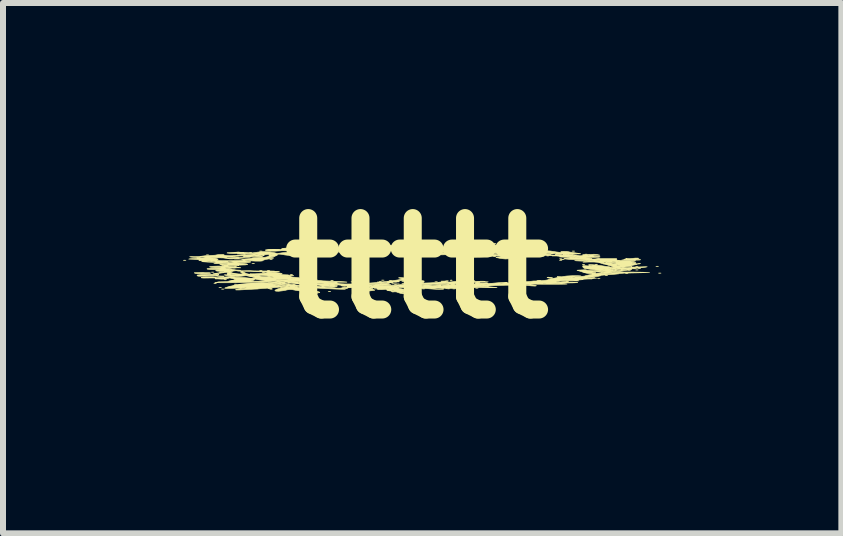
<source format=kicad_pcb>
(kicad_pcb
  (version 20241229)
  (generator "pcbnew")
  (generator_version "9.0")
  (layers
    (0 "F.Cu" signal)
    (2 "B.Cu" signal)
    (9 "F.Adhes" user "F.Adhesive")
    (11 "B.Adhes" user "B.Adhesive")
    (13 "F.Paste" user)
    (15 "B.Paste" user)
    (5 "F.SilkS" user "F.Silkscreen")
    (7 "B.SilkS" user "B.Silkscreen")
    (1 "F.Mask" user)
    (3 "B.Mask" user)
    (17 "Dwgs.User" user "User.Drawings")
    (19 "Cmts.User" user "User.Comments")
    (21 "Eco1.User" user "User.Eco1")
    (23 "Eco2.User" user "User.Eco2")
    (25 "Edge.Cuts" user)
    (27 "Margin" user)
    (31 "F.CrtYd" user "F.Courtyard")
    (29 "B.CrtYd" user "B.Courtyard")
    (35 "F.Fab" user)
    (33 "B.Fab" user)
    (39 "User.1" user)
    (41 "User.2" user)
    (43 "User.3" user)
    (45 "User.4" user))
  (footprint "ttttt"
    (layer "F.Cu")
    (at 3.9 1.418)
    (property "Reference" "ttttt" (at 0 0 0) (layer "F.SilkS") (effects (font (size 1.524 1.524) (thickness 0.3))))
    (attr through_hole)
    (fp_poly (pts (xy -3.852 -0.131) (xy -3.873 -0.129) (xy -3.895 -0.131) (xy -3.873 -0.133) (xy -3.852 -0.131)) (stroke (width 0.01) (type solid)) (fill yes) (layer "F.SilkS"))
    (fp_poly (pts (xy -3.471 -0.22) (xy -3.493 -0.218) (xy -3.514 -0.22) (xy -3.493 -0.222) (xy -3.471 -0.22)) (stroke (width 0.01) (type solid)) (fill yes) (layer "F.SilkS"))
    (fp_poly (pts (xy -3.387 0.067) (xy -3.408 0.069) (xy -3.429 0.067) (xy -3.408 0.065) (xy -3.387 0.067)) (stroke (width 0.01) (type solid)) (fill yes) (layer "F.SilkS"))
    (fp_poly (pts (xy -3.344 0.256) (xy -3.365 0.258) (xy -3.387 0.256) (xy -3.365 0.254) (xy -3.344 0.256)) (stroke (width 0.01) (type solid)) (fill yes) (layer "F.SilkS"))
    (fp_poly (pts (xy -3.26 0.321) (xy -3.281 0.323) (xy -3.302 0.321) (xy -3.281 0.319) (xy -3.26 0.321)) (stroke (width 0.01) (type solid)) (fill yes) (layer "F.SilkS"))
    (fp_poly (pts (xy -3.217 0.349) (xy -3.239 0.351) (xy -3.26 0.349) (xy -3.239 0.347) (xy -3.217 0.349)) (stroke (width 0.01) (type solid)) (fill yes) (layer "F.SilkS"))
    (fp_poly (pts (xy -3.175 0.192) (xy -3.196 0.194) (xy -3.217 0.192) (xy -3.196 0.189) (xy -3.175 0.192)) (stroke (width 0.01) (type solid)) (fill yes) (layer "F.SilkS"))
    (fp_poly (pts (xy -3.133 -0.099) (xy -3.154 -0.097) (xy -3.175 -0.099) (xy -3.154 -0.101) (xy -3.133 -0.099)) (stroke (width 0.01) (type solid)) (fill yes) (layer "F.SilkS"))
    (fp_poly (pts (xy -3.006 -0.034) (xy -3.027 -0.032) (xy -3.048 -0.034) (xy -3.027 -0.036) (xy -3.006 -0.034)) (stroke (width 0.01) (type solid)) (fill yes) (layer "F.SilkS"))
    (fp_poly (pts (xy -3.006 0.268) (xy -3.027 0.27) (xy -3.048 0.268) (xy -3.027 0.266) (xy -3.006 0.268)) (stroke (width 0.01) (type solid)) (fill yes) (layer "F.SilkS"))
    (fp_poly (pts (xy -2.963 -0.204) (xy -2.985 -0.202) (xy -3.006 -0.204) (xy -2.985 -0.206) (xy -2.963 -0.204)) (stroke (width 0.01) (type solid)) (fill yes) (layer "F.SilkS"))
    (fp_poly (pts (xy -2.752 -0.26) (xy -2.773 -0.258) (xy -2.794 -0.26) (xy -2.773 -0.262) (xy -2.752 -0.26)) (stroke (width 0.01) (type solid)) (fill yes) (layer "F.SilkS"))
    (fp_poly (pts (xy -2.709 -0.079) (xy -2.731 -0.077) (xy -2.752 -0.079) (xy -2.731 -0.081) (xy -2.709 -0.079)) (stroke (width 0.01) (type solid)) (fill yes) (layer "F.SilkS"))
    (fp_poly (pts (xy -2.582 -0.284) (xy -2.603 -0.282) (xy -2.625 -0.284) (xy -2.603 -0.286) (xy -2.582 -0.284)) (stroke (width 0.01) (type solid)) (fill yes) (layer "F.SilkS"))
    (fp_poly (pts (xy -2.582 0.042) (xy -2.603 0.044) (xy -2.625 0.042) (xy -2.603 0.04) (xy -2.582 0.042)) (stroke (width 0.01) (type solid)) (fill yes) (layer "F.SilkS"))
    (fp_poly (pts (xy -2.54 0.071) (xy -2.561 0.073) (xy -2.582 0.071) (xy -2.561 0.069) (xy -2.54 0.071)) (stroke (width 0.01) (type solid)) (fill yes) (layer "F.SilkS"))
    (fp_poly (pts (xy -2.455 0.038) (xy -2.477 0.04) (xy -2.498 0.038) (xy -2.477 0.036) (xy -2.455 0.038)) (stroke (width 0.01) (type solid)) (fill yes) (layer "F.SilkS"))
    (fp_poly (pts (xy -2.455 0.071) (xy -2.477 0.073) (xy -2.498 0.071) (xy -2.477 0.069) (xy -2.455 0.071)) (stroke (width 0.01) (type solid)) (fill yes) (layer "F.SilkS"))
    (fp_poly (pts (xy -2.413 -0.147) (xy -2.434 -0.145) (xy -2.455 -0.147) (xy -2.434 -0.149) (xy -2.413 -0.147)) (stroke (width 0.01) (type solid)) (fill yes) (layer "F.SilkS"))
    (fp_poly (pts (xy -2.413 0.349) (xy -2.434 0.351) (xy -2.455 0.349) (xy -2.434 0.347) (xy -2.413 0.349)) (stroke (width 0.01) (type solid)) (fill yes) (layer "F.SilkS"))
    (fp_poly (pts (xy -2.328 0.248) (xy -2.349 0.25) (xy -2.371 0.248) (xy -2.349 0.246) (xy -2.328 0.248)) (stroke (width 0.01) (type solid)) (fill yes) (layer "F.SilkS"))
    (fp_poly (pts (xy -2.201 0.284) (xy -2.223 0.286) (xy -2.244 0.284) (xy -2.223 0.282) (xy -2.201 0.284)) (stroke (width 0.01) (type solid)) (fill yes) (layer "F.SilkS"))
    (fp_poly (pts (xy -2.074 0.107) (xy -2.095 0.109) (xy -2.117 0.107) (xy -2.095 0.105) (xy -2.074 0.107)) (stroke (width 0.01) (type solid)) (fill yes) (layer "F.SilkS"))
    (fp_poly (pts (xy -2.032 0.272) (xy -2.053 0.274) (xy -2.074 0.272) (xy -2.053 0.27) (xy -2.032 0.272)) (stroke (width 0.01) (type solid)) (fill yes) (layer "F.SilkS"))
    (fp_poly (pts (xy -1.99 -0.2) (xy -2.011 -0.198) (xy -2.032 -0.2) (xy -2.011 -0.202) (xy -1.99 -0.2)) (stroke (width 0.01) (type solid)) (fill yes) (layer "F.SilkS"))
    (fp_poly (pts (xy -1.863 0.163) (xy -1.884 0.165) (xy -1.905 0.163) (xy -1.884 0.161) (xy -1.863 0.163)) (stroke (width 0.01) (type solid)) (fill yes) (layer "F.SilkS"))
    (fp_poly (pts (xy -1.863 0.24) (xy -1.884 0.242) (xy -1.905 0.24) (xy -1.884 0.238) (xy -1.863 0.24)) (stroke (width 0.01) (type solid)) (fill yes) (layer "F.SilkS"))
    (fp_poly (pts (xy -1.82 -0.212) (xy -1.841 -0.21) (xy -1.863 -0.212) (xy -1.841 -0.214) (xy -1.82 -0.212)) (stroke (width 0.01) (type solid)) (fill yes) (layer "F.SilkS"))
    (fp_poly (pts (xy -1.736 -0.204) (xy -1.757 -0.202) (xy -1.778 -0.204) (xy -1.757 -0.206) (xy -1.736 -0.204)) (stroke (width 0.01) (type solid)) (fill yes) (layer "F.SilkS"))
    (fp_poly (pts (xy -1.651 0.417) (xy -1.672 0.419) (xy -1.693 0.417) (xy -1.672 0.415) (xy -1.651 0.417)) (stroke (width 0.01) (type solid)) (fill yes) (layer "F.SilkS"))
    (fp_poly (pts (xy -1.439 0.389) (xy -1.46 0.391) (xy -1.482 0.389) (xy -1.46 0.387) (xy -1.439 0.389)) (stroke (width 0.01) (type solid)) (fill yes) (layer "F.SilkS"))
    (fp_poly (pts (xy -1.397 0.204) (xy -1.418 0.206) (xy -1.439 0.204) (xy -1.418 0.202) (xy -1.397 0.204)) (stroke (width 0.01) (type solid)) (fill yes) (layer "F.SilkS"))
    (fp_poly (pts (xy -1.27 -0.268) (xy -1.291 -0.266) (xy -1.312 -0.268) (xy -1.291 -0.27) (xy -1.27 -0.268)) (stroke (width 0.01) (type solid)) (fill yes) (layer "F.SilkS"))
    (fp_poly (pts (xy -1.228 -0.276) (xy -1.249 -0.274) (xy -1.27 -0.276) (xy -1.249 -0.278) (xy -1.228 -0.276)) (stroke (width 0.01) (type solid)) (fill yes) (layer "F.SilkS"))
    (fp_poly (pts (xy -1.143 -0.284) (xy -1.164 -0.282) (xy -1.185 -0.284) (xy -1.164 -0.286) (xy -1.143 -0.284)) (stroke (width 0.01) (type solid)) (fill yes) (layer "F.SilkS"))
    (fp_poly (pts (xy -1.143 -0.268) (xy -1.164 -0.266) (xy -1.185 -0.268) (xy -1.164 -0.27) (xy -1.143 -0.268)) (stroke (width 0.01) (type solid)) (fill yes) (layer "F.SilkS"))
    (fp_poly (pts (xy -1.058 -0.417) (xy -1.079 -0.415) (xy -1.101 -0.417) (xy -1.079 -0.419) (xy -1.058 -0.417)) (stroke (width 0.01) (type solid)) (fill yes) (layer "F.SilkS"))
    (fp_poly (pts (xy -1.058 -0.276) (xy -1.079 -0.274) (xy -1.101 -0.276) (xy -1.079 -0.278) (xy -1.058 -0.276)) (stroke (width 0.01) (type solid)) (fill yes) (layer "F.SilkS"))
    (fp_poly (pts (xy -1.058 0.228) (xy -1.079 0.23) (xy -1.101 0.228) (xy -1.079 0.226) (xy -1.058 0.228)) (stroke (width 0.01) (type solid)) (fill yes) (layer "F.SilkS"))
    (fp_poly (pts (xy -0.974 -0.353) (xy -0.995 -0.351) (xy -1.016 -0.353) (xy -0.995 -0.355) (xy -0.974 -0.353)) (stroke (width 0.01) (type solid)) (fill yes) (layer "F.SilkS"))
    (fp_poly (pts (xy -0.931 -0.341) (xy -0.953 -0.339) (xy -0.974 -0.341) (xy -0.953 -0.343) (xy -0.931 -0.341)) (stroke (width 0.01) (type solid)) (fill yes) (layer "F.SilkS"))
    (fp_poly (pts (xy -0.931 0.252) (xy -0.953 0.254) (xy -0.974 0.252) (xy -0.953 0.25) (xy -0.931 0.252)) (stroke (width 0.01) (type solid)) (fill yes) (layer "F.SilkS"))
    (fp_poly (pts (xy -0.889 0.24) (xy -0.91 0.242) (xy -0.931 0.24) (xy -0.91 0.238) (xy -0.889 0.24)) (stroke (width 0.01) (type solid)) (fill yes) (layer "F.SilkS"))
    (fp_poly (pts (xy -0.677 0.345) (xy -0.699 0.347) (xy -0.72 0.345) (xy -0.699 0.343) (xy -0.677 0.345)) (stroke (width 0.01) (type solid)) (fill yes) (layer "F.SilkS"))
    (fp_poly (pts (xy -0.635 -0.377) (xy -0.656 -0.375) (xy -0.677 -0.377) (xy -0.656 -0.379) (xy -0.635 -0.377)) (stroke (width 0.01) (type solid)) (fill yes) (layer "F.SilkS"))
    (fp_poly (pts (xy -0.593 -0.385) (xy -0.614 -0.383) (xy -0.635 -0.385) (xy -0.614 -0.387) (xy -0.593 -0.385)) (stroke (width 0.01) (type solid)) (fill yes) (layer "F.SilkS"))
    (fp_poly (pts (xy -0.593 0.22) (xy -0.614 0.222) (xy -0.635 0.22) (xy -0.614 0.218) (xy -0.593 0.22)) (stroke (width 0.01) (type solid)) (fill yes) (layer "F.SilkS"))
    (fp_poly (pts (xy -0.55 0.2) (xy -0.572 0.202) (xy -0.593 0.2) (xy -0.572 0.198) (xy -0.55 0.2)) (stroke (width 0.01) (type solid)) (fill yes) (layer "F.SilkS"))
    (fp_poly (pts (xy -0.423 -0.377) (xy -0.445 -0.375) (xy -0.466 -0.377) (xy -0.445 -0.379) (xy -0.423 -0.377)) (stroke (width 0.01) (type solid)) (fill yes) (layer "F.SilkS"))
    (fp_poly (pts (xy -0.423 -0.292) (xy -0.445 -0.29) (xy -0.466 -0.292) (xy -0.445 -0.294) (xy -0.423 -0.292)) (stroke (width 0.01) (type solid)) (fill yes) (layer "F.SilkS"))
    (fp_poly (pts (xy -0.423 0.204) (xy -0.445 0.206) (xy -0.466 0.204) (xy -0.445 0.202) (xy -0.423 0.204)) (stroke (width 0.01) (type solid)) (fill yes) (layer "F.SilkS"))
    (fp_poly (pts (xy -0.381 0.26) (xy -0.402 0.262) (xy -0.423 0.26) (xy -0.402 0.258) (xy -0.381 0.26)) (stroke (width 0.01) (type solid)) (fill yes) (layer "F.SilkS"))
    (fp_poly (pts (xy -0.339 0.248) (xy -0.36 0.25) (xy -0.381 0.248) (xy -0.36 0.246) (xy -0.339 0.248)) (stroke (width 0.01) (type solid)) (fill yes) (layer "F.SilkS"))
    (fp_poly (pts (xy -0.339 0.272) (xy -0.36 0.274) (xy -0.381 0.272) (xy -0.36 0.27) (xy -0.339 0.272)) (stroke (width 0.01) (type solid)) (fill yes) (layer "F.SilkS"))
    (fp_poly (pts (xy -0.296 0.264) (xy -0.318 0.266) (xy -0.339 0.264) (xy -0.318 0.262) (xy -0.296 0.264)) (stroke (width 0.01) (type solid)) (fill yes) (layer "F.SilkS"))
    (fp_poly (pts (xy -0.212 -0.369) (xy -0.233 -0.367) (xy -0.254 -0.369) (xy -0.233 -0.371) (xy -0.212 -0.369)) (stroke (width 0.01) (type solid)) (fill yes) (layer "F.SilkS"))
    (fp_poly (pts (xy -0.212 0.22) (xy -0.233 0.222) (xy -0.254 0.22) (xy -0.233 0.218) (xy -0.212 0.22)) (stroke (width 0.01) (type solid)) (fill yes) (layer "F.SilkS"))
    (fp_poly (pts (xy -0.212 0.256) (xy -0.233 0.258) (xy -0.254 0.256) (xy -0.233 0.254) (xy -0.212 0.256)) (stroke (width 0.01) (type solid)) (fill yes) (layer "F.SilkS"))
    (fp_poly (pts (xy -0.169 0.228) (xy -0.191 0.23) (xy -0.212 0.228) (xy -0.191 0.226) (xy -0.169 0.228)) (stroke (width 0.01) (type solid)) (fill yes) (layer "F.SilkS"))
    (fp_poly (pts (xy -0.127 -0.365) (xy -0.148 -0.363) (xy -0.169 -0.365) (xy -0.148 -0.367) (xy -0.127 -0.365)) (stroke (width 0.01) (type solid)) (fill yes) (layer "F.SilkS"))
    (fp_poly (pts (xy 0.085 -0.244) (xy 0.064 -0.242) (xy 0.042 -0.244) (xy 0.064 -0.246) (xy 0.085 -0.244)) (stroke (width 0.01) (type solid)) (fill yes) (layer "F.SilkS"))
    (fp_poly (pts (xy 0.085 -0.232) (xy 0.064 -0.23) (xy 0.042 -0.232) (xy 0.064 -0.234) (xy 0.085 -0.232)) (stroke (width 0.01) (type solid)) (fill yes) (layer "F.SilkS"))
    (fp_poly (pts (xy 0.127 0.345) (xy 0.106 0.347) (xy 0.085 0.345) (xy 0.106 0.343) (xy 0.127 0.345)) (stroke (width 0.01) (type solid)) (fill yes) (layer "F.SilkS"))
    (fp_poly (pts (xy 0.296 0.329) (xy 0.275 0.331) (xy 0.254 0.329) (xy 0.275 0.327) (xy 0.296 0.329)) (stroke (width 0.01) (type solid)) (fill yes) (layer "F.SilkS"))
    (fp_poly (pts (xy 0.339 0.228) (xy 0.318 0.23) (xy 0.296 0.228) (xy 0.318 0.226) (xy 0.339 0.228)) (stroke (width 0.01) (type solid)) (fill yes) (layer "F.SilkS"))
    (fp_poly (pts (xy 0.635 0.345) (xy 0.614 0.347) (xy 0.593 0.345) (xy 0.614 0.343) (xy 0.635 0.345)) (stroke (width 0.01) (type solid)) (fill yes) (layer "F.SilkS"))
    (fp_poly (pts (xy 0.677 -0.353) (xy 0.656 -0.351) (xy 0.635 -0.353) (xy 0.656 -0.355) (xy 0.677 -0.353)) (stroke (width 0.01) (type solid)) (fill yes) (layer "F.SilkS"))
    (fp_poly (pts (xy 0.72 -0.163) (xy 0.699 -0.161) (xy 0.677 -0.163) (xy 0.699 -0.165) (xy 0.72 -0.163)) (stroke (width 0.01) (type solid)) (fill yes) (layer "F.SilkS"))
    (fp_poly (pts (xy 0.762 0.196) (xy 0.741 0.198) (xy 0.72 0.196) (xy 0.741 0.194) (xy 0.762 0.196)) (stroke (width 0.01) (type solid)) (fill yes) (layer "F.SilkS"))
    (fp_poly (pts (xy 0.847 -0.228) (xy 0.826 -0.226) (xy 0.804 -0.228) (xy 0.826 -0.23) (xy 0.847 -0.228)) (stroke (width 0.01) (type solid)) (fill yes) (layer "F.SilkS"))
    (fp_poly (pts (xy 1.016 0.333) (xy 0.995 0.335) (xy 0.974 0.333) (xy 0.995 0.331) (xy 1.016 0.333)) (stroke (width 0.01) (type solid)) (fill yes) (layer "F.SilkS"))
    (fp_poly (pts (xy 1.27 -0.337) (xy 1.249 -0.335) (xy 1.228 -0.337) (xy 1.249 -0.339) (xy 1.27 -0.337)) (stroke (width 0.01) (type solid)) (fill yes) (layer "F.SilkS"))
    (fp_poly (pts (xy 1.312 -0.413) (xy 1.291 -0.411) (xy 1.27 -0.413) (xy 1.291 -0.415) (xy 1.312 -0.413)) (stroke (width 0.01) (type solid)) (fill yes) (layer "F.SilkS"))
    (fp_poly (pts (xy 1.312 -0.196) (xy 1.291 -0.194) (xy 1.27 -0.196) (xy 1.291 -0.198) (xy 1.312 -0.196)) (stroke (width 0.01) (type solid)) (fill yes) (layer "F.SilkS"))
    (fp_poly (pts (xy 1.397 -0.24) (xy 1.376 -0.238) (xy 1.355 -0.24) (xy 1.376 -0.242) (xy 1.397 -0.24)) (stroke (width 0.01) (type solid)) (fill yes) (layer "F.SilkS"))
    (fp_poly (pts (xy 1.566 -0.264) (xy 1.545 -0.262) (xy 1.524 -0.264) (xy 1.545 -0.266) (xy 1.566 -0.264)) (stroke (width 0.01) (type solid)) (fill yes) (layer "F.SilkS"))
    (fp_poly (pts (xy 1.609 -0.151) (xy 1.587 -0.149) (xy 1.566 -0.151) (xy 1.587 -0.153) (xy 1.609 -0.151)) (stroke (width 0.01) (type solid)) (fill yes) (layer "F.SilkS"))
    (fp_poly (pts (xy 1.609 -0.139) (xy 1.587 -0.137) (xy 1.566 -0.139) (xy 1.587 -0.141) (xy 1.609 -0.139)) (stroke (width 0.01) (type solid)) (fill yes) (layer "F.SilkS"))
    (fp_poly (pts (xy 1.609 0.232) (xy 1.587 0.234) (xy 1.566 0.232) (xy 1.587 0.23) (xy 1.609 0.232)) (stroke (width 0.01) (type solid)) (fill yes) (layer "F.SilkS"))
    (fp_poly (pts (xy 1.693 -0.228) (xy 1.672 -0.226) (xy 1.651 -0.228) (xy 1.672 -0.23) (xy 1.693 -0.228)) (stroke (width 0.01) (type solid)) (fill yes) (layer "F.SilkS"))
    (fp_poly (pts (xy 1.778 -0.228) (xy 1.757 -0.226) (xy 1.736 -0.228) (xy 1.757 -0.23) (xy 1.778 -0.228)) (stroke (width 0.01) (type solid)) (fill yes) (layer "F.SilkS"))
    (fp_poly (pts (xy 1.947 -0.3) (xy 1.926 -0.298) (xy 1.905 -0.3) (xy 1.926 -0.302) (xy 1.947 -0.3)) (stroke (width 0.01) (type solid)) (fill yes) (layer "F.SilkS"))
    (fp_poly (pts (xy 1.99 -0.248) (xy 1.968 -0.246) (xy 1.947 -0.248) (xy 1.968 -0.25) (xy 1.99 -0.248)) (stroke (width 0.01) (type solid)) (fill yes) (layer "F.SilkS"))
    (fp_poly (pts (xy 2.032 -0.3) (xy 2.011 -0.298) (xy 1.99 -0.3) (xy 2.011 -0.302) (xy 2.032 -0.3)) (stroke (width 0.01) (type solid)) (fill yes) (layer "F.SilkS"))
    (fp_poly (pts (xy 2.117 -0.2) (xy 2.095 -0.198) (xy 2.074 -0.2) (xy 2.095 -0.202) (xy 2.117 -0.2)) (stroke (width 0.01) (type solid)) (fill yes) (layer "F.SilkS"))
    (fp_poly (pts (xy 2.413 -0.155) (xy 2.392 -0.153) (xy 2.371 -0.155) (xy 2.392 -0.157) (xy 2.413 -0.155)) (stroke (width 0.01) (type solid)) (fill yes) (layer "F.SilkS"))
    (fp_poly (pts (xy 2.413 -0.131) (xy 2.392 -0.129) (xy 2.371 -0.131) (xy 2.392 -0.133) (xy 2.413 -0.131)) (stroke (width 0.01) (type solid)) (fill yes) (layer "F.SilkS"))
    (fp_poly (pts (xy 2.498 0.167) (xy 2.477 0.169) (xy 2.455 0.167) (xy 2.477 0.165) (xy 2.498 0.167)) (stroke (width 0.01) (type solid)) (fill yes) (layer "F.SilkS"))
    (fp_poly (pts (xy 2.582 -0.175) (xy 2.561 -0.173) (xy 2.54 -0.175) (xy 2.561 -0.177) (xy 2.582 -0.175)) (stroke (width 0.01) (type solid)) (fill yes) (layer "F.SilkS"))
    (fp_poly (pts (xy 2.625 -0.284) (xy 2.603 -0.282) (xy 2.582 -0.284) (xy 2.603 -0.286) (xy 2.625 -0.284)) (stroke (width 0.01) (type solid)) (fill yes) (layer "F.SilkS"))
    (fp_poly (pts (xy 2.794 -0.062) (xy 2.773 -0.06) (xy 2.752 -0.062) (xy 2.773 -0.065) (xy 2.794 -0.062)) (stroke (width 0.01) (type solid)) (fill yes) (layer "F.SilkS"))
    (fp_poly (pts (xy 2.836 -0.232) (xy 2.815 -0.23) (xy 2.794 -0.232) (xy 2.815 -0.234) (xy 2.836 -0.232)) (stroke (width 0.01) (type solid)) (fill yes) (layer "F.SilkS"))
    (fp_poly (pts (xy 2.963 0.159) (xy 2.942 0.161) (xy 2.921 0.159) (xy 2.942 0.157) (xy 2.963 0.159)) (stroke (width 0.01) (type solid)) (fill yes) (layer "F.SilkS"))
    (fp_poly (pts (xy 3.006 -0.062) (xy 2.985 -0.06) (xy 2.963 -0.062) (xy 2.985 -0.065) (xy 3.006 -0.062)) (stroke (width 0.01) (type solid)) (fill yes) (layer "F.SilkS"))
    (fp_poly (pts (xy 3.048 -0.167) (xy 3.027 -0.165) (xy 3.006 -0.167) (xy 3.027 -0.169) (xy 3.048 -0.167)) (stroke (width 0.01) (type solid)) (fill yes) (layer "F.SilkS"))
    (fp_poly (pts (xy 3.048 0.175) (xy 3.027 0.177) (xy 3.006 0.175) (xy 3.027 0.173) (xy 3.048 0.175)) (stroke (width 0.01) (type solid)) (fill yes) (layer "F.SilkS"))
    (fp_poly (pts (xy 3.175 0.123) (xy 3.154 0.125) (xy 3.133 0.123) (xy 3.154 0.121) (xy 3.175 0.123)) (stroke (width 0.01) (type solid)) (fill yes) (layer "F.SilkS"))
    (fp_poly (pts (xy 3.217 -0.038) (xy 3.196 -0.036) (xy 3.175 -0.038) (xy 3.196 -0.04) (xy 3.217 -0.038)) (stroke (width 0.01) (type solid)) (fill yes) (layer "F.SilkS"))
    (fp_poly (pts (xy 3.514 0.091) (xy 3.493 0.093) (xy 3.471 0.091) (xy 3.493 0.089) (xy 3.514 0.091)) (stroke (width 0.01) (type solid)) (fill yes) (layer "F.SilkS"))
    (fp_poly (pts (xy 3.556 0.034) (xy 3.535 0.036) (xy 3.514 0.034) (xy 3.535 0.032) (xy 3.556 0.034)) (stroke (width 0.01) (type solid)) (fill yes) (layer "F.SilkS"))
    (fp_poly (pts (xy 3.641 0.01) (xy 3.619 0.012) (xy 3.598 0.01) (xy 3.619 0.008) (xy 3.641 0.01)) (stroke (width 0.01) (type solid)) (fill yes) (layer "F.SilkS"))
    (fp_poly (pts (xy 3.683 -0.026) (xy 3.662 -0.024) (xy 3.641 -0.026) (xy 3.662 -0.028) (xy 3.683 -0.026)) (stroke (width 0.01) (type solid)) (fill yes) (layer "F.SilkS"))
    (fp_poly (pts (xy 3.683 0.03) (xy 3.662 0.032) (xy 3.641 0.03) (xy 3.662 0.028) (xy 3.683 0.03)) (stroke (width 0.01) (type solid)) (fill yes) (layer "F.SilkS"))
    (fp_poly (pts (xy 3.725 -0.079) (xy 3.704 -0.077) (xy 3.683 -0.079) (xy 3.704 -0.081) (xy 3.725 -0.079)) (stroke (width 0.01) (type solid)) (fill yes) (layer "F.SilkS"))
    (fp_poly (pts (xy 3.725 0.006) (xy 3.704 0.008) (xy 3.683 0.006) (xy 3.704 0.004) (xy 3.725 0.006)) (stroke (width 0.01) (type solid)) (fill yes) (layer "F.SilkS"))
    (fp_poly (pts (xy 4.022 -0.03) (xy 4 -0.028) (xy 3.979 -0.03) (xy 4 -0.032) (xy 4.022 -0.03)) (stroke (width 0.01) (type solid)) (fill yes) (layer "F.SilkS"))
    (fp_poly (pts (xy 4.064 0.083) (xy 4.043 0.085) (xy 4.022 0.083) (xy 4.043 0.081) (xy 4.064 0.083)) (stroke (width 0.01) (type solid)) (fill yes) (layer "F.SilkS"))
    (fp_poly (pts (xy -1.707 -0.261) (xy -1.702 -0.256) (xy -1.707 -0.255) (xy -1.733 -0.256) (xy -1.736 -0.258) (xy -1.72 -0.261) (xy -1.707 -0.261)) (stroke (width 0.01) (type solid)) (fill yes) (layer "F.SilkS"))
    (fp_poly (pts (xy -1.665 0.195) (xy -1.671 0.197) (xy -1.693 0.198) (xy -1.728 0.196) (xy -1.722 0.195) (xy -1.671 0.194) (xy -1.665 0.195)) (stroke (width 0.01) (type solid)) (fill yes) (layer "F.SilkS"))
    (fp_poly (pts (xy 0.579 0.199) (xy 0.584 0.204) (xy 0.579 0.204) (xy 0.553 0.204) (xy 0.55 0.202) (xy 0.566 0.198) (xy 0.579 0.199)) (stroke (width 0.01) (type solid)) (fill yes) (layer "F.SilkS"))
    (fp_poly (pts (xy 0.96 0.211) (xy 0.965 0.216) (xy 0.96 0.216) (xy 0.934 0.216) (xy 0.931 0.214) (xy 0.947 0.21) (xy 0.96 0.211)) (stroke (width 0.01) (type solid)) (fill yes) (layer "F.SilkS"))
    (fp_poly (pts (xy 1.764 0.288) (xy 1.769 0.292) (xy 1.764 0.293) (xy 1.739 0.292) (xy 1.736 0.29) (xy 1.751 0.287) (xy 1.764 0.288)) (stroke (width 0.01) (type solid)) (fill yes) (layer "F.SilkS"))
    (fp_poly (pts (xy 2.06 0.203) (xy 2.054 0.205) (xy 2.032 0.206) (xy 1.997 0.204) (xy 2.004 0.203) (xy 2.054 0.202) (xy 2.06 0.203)) (stroke (width 0.01) (type solid)) (fill yes) (layer "F.SilkS"))
    (fp_poly (pts (xy 2.187 -0.208) (xy 2.192 -0.204) (xy 2.187 -0.203) (xy 2.162 -0.203) (xy 2.159 -0.206) (xy 2.174 -0.209) (xy 2.187 -0.208)) (stroke (width 0.01) (type solid)) (fill yes) (layer "F.SilkS"))
    (fp_poly (pts (xy -2.462 0.336) (xy -2.416 0.34) (xy -2.426 0.343) (xy -2.432 0.343) (xy -2.467 0.34) (xy -2.481 0.338) (xy -2.486 0.335) (xy -2.462 0.336)) (stroke (width 0.01) (type solid)) (fill yes) (layer "F.SilkS"))
    (fp_poly (pts (xy -2.081 0.223) (xy -2.035 0.227) (xy -2.045 0.23) (xy -2.051 0.23) (xy -2.086 0.227) (xy -2.1 0.225) (xy -2.105 0.222) (xy -2.081 0.223)) (stroke (width 0.01) (type solid)) (fill yes) (layer "F.SilkS"))
    (fp_poly (pts (xy 1.983 -0.289) (xy 2.029 -0.285) (xy 2.019 -0.282) (xy 2.013 -0.282) (xy 1.978 -0.285) (xy 1.964 -0.287) (xy 1.959 -0.29) (xy 1.983 -0.289)) (stroke (width 0.01) (type solid)) (fill yes) (layer "F.SilkS"))
    (fp_poly (pts (xy 2.406 -0.148) (xy 2.452 -0.143) (xy 2.443 -0.141) (xy 2.437 -0.141) (xy 2.401 -0.144) (xy 2.388 -0.146) (xy 2.383 -0.149) (xy 2.406 -0.148)) (stroke (width 0.01) (type solid)) (fill yes) (layer "F.SilkS"))
    (fp_poly (pts (xy -1.186 0.314) (xy -1.185 0.314) (xy -1.218 0.318) (xy -1.23 0.319) (xy -1.255 0.316) (xy -1.249 0.314) (xy -1.211 0.311) (xy -1.204 0.31) (xy -1.186 0.314)) (stroke (width 0.01) (type solid)) (fill yes) (layer "F.SilkS"))
    (fp_poly (pts (xy -0.987 0.245) (xy -0.995 0.246) (xy -1.035 0.25) (xy -1.042 0.25) (xy -1.045 0.247) (xy -1.037 0.246) (xy -0.997 0.242) (xy -0.99 0.242) (xy -0.987 0.245)) (stroke (width 0.01) (type solid)) (fill yes) (layer "F.SilkS"))
    (fp_poly (pts (xy 2.233 0.155) (xy 2.24 0.157) (xy 2.263 0.164) (xy 2.247 0.167) (xy 2.206 0.166) (xy 2.179 0.161) (xy 2.165 0.153) (xy 2.187 0.151) (xy 2.233 0.155)) (stroke (width 0.01) (type solid)) (fill yes) (layer "F.SilkS"))
    (fp_poly (pts (xy 1.669 -0.194) (xy 1.693 -0.182) (xy 1.693 -0.181) (xy 1.668 -0.173) (xy 1.606 -0.163) (xy 1.531 -0.156) (xy 1.473 -0.153) (xy 1.437 -0.156) (xy 1.381 -0.164) (xy 1.365 -0.167) (xy 1.314 -0.178) (xy 1.333 -0.186) (xy 1.428 -0.194) (xy 1.487 -0.196) (xy 1.599 -0.198) (xy 1.669 -0.194)) (stroke (width 0.01) (type solid)) (fill yes) (layer "F.SilkS"))
    (fp_poly (pts (xy -3.556 0.072) (xy -3.532 0.075) (xy -3.517 0.075) (xy -3.466 0.075) (xy -3.441 0.08) (xy -3.45 0.089) (xy -3.508 0.095) (xy -3.595 0.096) (xy -3.672 0.092) (xy -3.698 0.086) (xy -3.712 0.08) (xy -3.71 0.075) (xy -3.69 0.075) (xy -3.646 0.074) (xy -3.613 0.072) (xy -3.566 0.07) (xy -3.556 0.072)) (stroke (width 0.01) (type solid)) (fill yes) (layer "F.SilkS"))
    (fp_poly (pts (xy 0.529 -0.26) (xy 0.607 -0.256) (xy 0.698 -0.252) (xy 0.756 -0.253) (xy 0.799 -0.253) (xy 0.77 -0.251) (xy 0.751 -0.25) (xy 0.68 -0.243) (xy 0.613 -0.234) (xy 0.533 -0.225) (xy 0.42 -0.222) (xy 0.265 -0.226) (xy 0.186 -0.232) (xy 0.18 -0.241) (xy 0.247 -0.251) (xy 0.267 -0.253) (xy 0.398 -0.261) (xy 0.529 -0.26)) (stroke (width 0.01) (type solid)) (fill yes) (layer "F.SilkS"))
    (fp_poly (pts (xy -3.304 0.103) (xy -3.31 0.11) (xy -3.313 0.111) (xy -3.322 0.122) (xy -3.304 0.13) (xy -3.263 0.131) (xy -3.255 0.131) (xy -3.223 0.132) (xy -3.217 0.135) (xy -3.223 0.14) (xy -3.228 0.141) (xy -3.271 0.139) (xy -3.291 0.138) (xy -3.34 0.133) (xy -3.344 0.131) (xy -3.373 0.126) (xy -3.449 0.126) (xy -3.545 0.131) (xy -3.614 0.135) (xy -3.648 0.133) (xy -3.666 0.127) (xy -3.664 0.115) (xy -3.588 0.107) (xy -3.435 0.102) (xy -3.433 0.102) (xy -3.338 0.101) (xy -3.304 0.103)) (stroke (width 0.01) (type solid)) (fill yes) (layer "F.SilkS"))
    (fp_poly (pts (xy 3.678 -0.168) (xy 3.696 -0.163) (xy 3.652 -0.155) (xy 3.641 -0.153) (xy 3.587 -0.146) (xy 3.581 -0.143) (xy 3.624 -0.144) (xy 3.641 -0.144) (xy 3.71 -0.144) (xy 3.725 -0.14) (xy 3.705 -0.135) (xy 3.631 -0.134) (xy 3.545 -0.133) (xy 3.448 -0.134) (xy 3.409 -0.135) (xy 3.416 -0.136) (xy 3.449 -0.14) (xy 3.445 -0.143) (xy 3.45 -0.149) (xy 3.467 -0.151) (xy 3.492 -0.156) (xy 3.487 -0.16) (xy 3.477 -0.165) (xy 3.504 -0.162) (xy 3.505 -0.162) (xy 3.545 -0.159) (xy 3.584 -0.163) (xy 3.588 -0.163) (xy 3.642 -0.168) (xy 3.678 -0.168)) (stroke (width 0.01) (type solid)) (fill yes) (layer "F.SilkS"))
    (fp_poly (pts (xy 1.117 -0.414) (xy 1.135 -0.406) (xy 1.152 -0.398) (xy 1.185 -0.398) (xy 1.211 -0.399) (xy 1.275 -0.402) (xy 1.303 -0.401) (xy 1.295 -0.397) (xy 1.235 -0.391) (xy 1.223 -0.39) (xy 1.122 -0.378) (xy 1.082 -0.367) (xy 1.101 -0.358) (xy 1.115 -0.35) (xy 1.106 -0.346) (xy 1.078 -0.342) (xy 1.025 -0.342) (xy 0.94 -0.345) (xy 0.827 -0.352) (xy 0.76 -0.361) (xy 0.752 -0.37) (xy 0.771 -0.374) (xy 0.82 -0.377) (xy 0.899 -0.374) (xy 0.929 -0.373) (xy 1.045 -0.367) (xy 1.041 -0.39) (xy 1.047 -0.403) (xy 1.066 -0.412) (xy 1.091 -0.416) (xy 1.117 -0.414)) (stroke (width 0.01) (type solid)) (fill yes) (layer "F.SilkS"))
    (fp_poly (pts (xy -1.085 -0.407) (xy -1.023 -0.401) (xy -0.959 -0.392) (xy -0.931 -0.385) (xy -0.931 -0.385) (xy -0.92 -0.38) (xy -0.872 -0.383) (xy -0.87 -0.383) (xy -0.79 -0.386) (xy -0.734 -0.382) (xy -0.72 -0.375) (xy -0.699 -0.368) (xy -0.645 -0.368) (xy -0.611 -0.371) (xy -0.542 -0.373) (xy -0.472 -0.372) (xy -0.399 -0.368) (xy -0.391 -0.361) (xy -0.393 -0.36) (xy -0.401 -0.354) (xy -0.375 -0.354) (xy -0.339 -0.357) (xy -0.278 -0.361) (xy -0.233 -0.359) (xy -0.211 -0.357) (xy -0.159 -0.352) (xy -0.107 -0.355) (xy -0.093 -0.356) (xy -0.038 -0.36) (xy 0.016 -0.358) (xy 0.048 -0.355) (xy 0.147 -0.351) (xy 0.289 -0.349) (xy 0.439 -0.351) (xy 0.493 -0.352) (xy 0.56 -0.351) (xy 0.594 -0.349) (xy 0.653 -0.345) (xy 0.682 -0.345) (xy 0.701 -0.344) (xy 0.693 -0.341) (xy 0.696 -0.333) (xy 0.72 -0.329) (xy 0.752 -0.32) (xy 0.747 -0.31) (xy 0.74 -0.301) (xy 0.774 -0.298) (xy 0.78 -0.298) (xy 0.833 -0.295) (xy 0.863 -0.289) (xy 0.899 -0.282) (xy 0.961 -0.275) (xy 1.029 -0.27) (xy 1.083 -0.268) (xy 1.101 -0.27) (xy 1.07 -0.275) (xy 1.062 -0.276) (xy 1.041 -0.281) (xy 1.047 -0.286) (xy 1.042 -0.294) (xy 0.979 -0.297) (xy 0.907 -0.301) (xy 0.888 -0.306) (xy 0.881 -0.31) (xy 0.85 -0.307) (xy 0.824 -0.305) (xy 0.818 -0.31) (xy 0.819 -0.312) (xy 0.826 -0.322) (xy 0.931 -0.313) (xy 1.019 -0.307) (xy 1.122 -0.304) (xy 1.213 -0.303) (xy 1.266 -0.305) (xy 1.27 -0.307) (xy 1.238 -0.31) (xy 1.229 -0.31) (xy 1.205 -0.313) (xy 1.211 -0.316) (xy 1.198 -0.323) (xy 1.151 -0.327) (xy 1.094 -0.332) (xy 1.1 -0.336) (xy 1.207 -0.336) (xy 1.234 -0.325) (xy 1.248 -0.322) (xy 1.28 -0.315) (xy 1.298 -0.316) (xy 1.304 -0.325) (xy 1.304 -0.328) (xy 1.289 -0.338) (xy 1.253 -0.344) (xy 1.249 -0.344) (xy 1.212 -0.343) (xy 1.207 -0.336) (xy 1.1 -0.336) (xy 1.106 -0.339) (xy 1.116 -0.34) (xy 1.171 -0.348) (xy 1.206 -0.352) (xy 1.219 -0.354) (xy 1.196 -0.355) (xy 1.156 -0.358) (xy 1.142 -0.366) (xy 1.151 -0.375) (xy 1.182 -0.382) (xy 1.21 -0.385) (xy 1.274 -0.387) (xy 1.306 -0.385) (xy 1.328 -0.377) (xy 1.334 -0.375) (xy 1.388 -0.364) (xy 1.464 -0.36) (xy 1.539 -0.357) (xy 1.565 -0.35) (xy 1.565 -0.345) (xy 1.593 -0.341) (xy 1.664 -0.334) (xy 1.676 -0.333) (xy 1.748 -0.327) (xy 1.76 -0.322) (xy 1.72 -0.318) (xy 1.717 -0.317) (xy 1.628 -0.312) (xy 1.519 -0.311) (xy 1.423 -0.312) (xy 1.38 -0.315) (xy 1.37 -0.316) (xy 1.38 -0.31) (xy 1.424 -0.301) (xy 1.469 -0.296) (xy 1.511 -0.29) (xy 1.509 -0.287) (xy 1.522 -0.284) (xy 1.588 -0.283) (xy 1.678 -0.284) (xy 1.685 -0.285) (xy 1.718 -0.287) (xy 1.695 -0.294) (xy 1.691 -0.295) (xy 1.684 -0.296) (xy 1.778 -0.296) (xy 1.799 -0.294) (xy 1.82 -0.296) (xy 1.799 -0.298) (xy 1.778 -0.296) (xy 1.684 -0.296) (xy 1.665 -0.301) (xy 1.689 -0.301) (xy 1.727 -0.301) (xy 1.736 -0.306) (xy 1.766 -0.313) (xy 1.803 -0.316) (xy 1.878 -0.318) (xy 1.903 -0.316) (xy 1.905 -0.312) (xy 1.881 -0.307) (xy 1.86 -0.306) (xy 1.835 -0.304) (xy 1.842 -0.302) (xy 1.837 -0.297) (xy 1.791 -0.288) (xy 1.777 -0.286) (xy 1.721 -0.276) (xy 1.712 -0.268) (xy 1.748 -0.264) (xy 1.8 -0.265) (xy 1.848 -0.269) (xy 1.847 -0.272) (xy 1.86 -0.278) (xy 1.889 -0.28) (xy 1.931 -0.28) (xy 1.928 -0.279) (xy 1.935 -0.276) (xy 1.989 -0.277) (xy 2.062 -0.28) (xy 2.128 -0.283) (xy 2.145 -0.285) (xy 2.185 -0.288) (xy 2.224 -0.285) (xy 2.261 -0.279) (xy 2.321 -0.27) (xy 2.371 -0.264) (xy 2.401 -0.263) (xy 2.397 -0.268) (xy 2.395 -0.269) (xy 2.397 -0.276) (xy 2.439 -0.28) (xy 2.49 -0.279) (xy 2.513 -0.275) (xy 2.551 -0.267) (xy 2.618 -0.257) (xy 2.645 -0.253) (xy 2.709 -0.244) (xy 2.727 -0.239) (xy 2.701 -0.238) (xy 2.663 -0.238) (xy 2.597 -0.236) (xy 2.597 -0.232) (xy 2.597 -0.225) (xy 2.58 -0.224) (xy 2.546 -0.225) (xy 2.54 -0.228) (xy 2.509 -0.233) (xy 2.445 -0.234) (xy 2.392 -0.23) (xy 2.34 -0.226) (xy 2.305 -0.228) (xy 2.309 -0.234) (xy 2.317 -0.241) (xy 2.28 -0.241) (xy 2.232 -0.236) (xy 2.228 -0.233) (xy 2.217 -0.228) (xy 2.161 -0.23) (xy 2.156 -0.23) (xy 2.078 -0.235) (xy 2.049 -0.239) (xy 2.044 -0.241) (xy 2.068 -0.24) (xy 2.111 -0.24) (xy 2.117 -0.242) (xy 2.142 -0.245) (xy 2.159 -0.244) (xy 2.227 -0.243) (xy 2.265 -0.248) (xy 2.26 -0.252) (xy 2.206 -0.255) (xy 2.154 -0.255) (xy 2.062 -0.256) (xy 2.019 -0.259) (xy 2.005 -0.26) (xy 2.286 -0.26) (xy 2.307 -0.258) (xy 2.328 -0.26) (xy 2.307 -0.262) (xy 2.286 -0.26) (xy 2.005 -0.26) (xy 1.981 -0.263) (xy 1.977 -0.263) (xy 1.958 -0.259) (xy 1.924 -0.255) (xy 1.881 -0.25) (xy 1.875 -0.246) (xy 1.917 -0.241) (xy 2.014 -0.233) (xy 2.073 -0.229) (xy 2.202 -0.22) (xy 2.278 -0.217) (xy 2.297 -0.219) (xy 2.326 -0.221) (xy 2.388 -0.218) (xy 2.393 -0.218) (xy 2.449 -0.214) (xy 2.455 -0.216) (xy 2.443 -0.219) (xy 2.434 -0.224) (xy 2.479 -0.223) (xy 2.488 -0.222) (xy 2.573 -0.22) (xy 2.611 -0.221) (xy 2.654 -0.218) (xy 2.674 -0.213) (xy 2.7 -0.207) (xy 2.731 -0.206) (xy 2.758 -0.211) (xy 2.759 -0.216) (xy 2.836 -0.216) (xy 2.857 -0.214) (xy 2.879 -0.216) (xy 2.857 -0.218) (xy 2.836 -0.216) (xy 2.759 -0.216) (xy 2.759 -0.218) (xy 2.759 -0.224) (xy 2.777 -0.225) (xy 2.828 -0.225) (xy 2.882 -0.228) (xy 2.943 -0.232) (xy 2.981 -0.23) (xy 3.002 -0.226) (xy 3.044 -0.217) (xy 3.031 -0.214) (xy 2.995 -0.215) (xy 2.951 -0.213) (xy 2.936 -0.207) (xy 2.952 -0.199) (xy 2.989 -0.198) (xy 3.037 -0.194) (xy 3.048 -0.189) (xy 3.02 -0.183) (xy 2.926 -0.179) (xy 2.915 -0.179) (xy 2.829 -0.177) (xy 2.816 -0.174) (xy 2.857 -0.171) (xy 2.912 -0.163) (xy 2.91 -0.158) (xy 2.909 -0.152) (xy 2.947 -0.152) (xy 2.989 -0.155) (xy 2.987 -0.157) (xy 3.013 -0.158) (xy 3.1 -0.159) (xy 3.146 -0.159) (xy 3.323 -0.159) (xy 3.327 -0.143) (xy 3.333 -0.133) (xy 3.361 -0.128) (xy 3.433 -0.128) (xy 3.486 -0.128) (xy 3.59 -0.128) (xy 3.634 -0.126) (xy 3.641 -0.122) (xy 3.613 -0.113) (xy 3.588 -0.109) (xy 3.559 -0.104) (xy 3.6 -0.1) (xy 3.644 -0.092) (xy 3.636 -0.082) (xy 3.583 -0.076) (xy 3.58 -0.073) (xy 3.641 -0.073) (xy 3.709 -0.072) (xy 3.7 -0.07) (xy 3.683 -0.069) (xy 3.647 -0.065) (xy 3.656 -0.065) (xy 3.662 -0.062) (xy 3.625 -0.055) (xy 3.621 -0.054) (xy 3.575 -0.044) (xy 3.57 -0.035) (xy 3.578 -0.03) (xy 3.567 -0.03) (xy 3.534 -0.028) (xy 3.481 -0.022) (xy 3.428 -0.014) (xy 3.392 -0.007) (xy 3.387 -0.004) (xy 3.415 -0.003) (xy 3.483 -0.007) (xy 3.488 -0.007) (xy 3.553 -0.013) (xy 3.566 -0.018) (xy 3.566 -0.018) (xy 3.571 -0.019) (xy 3.59 -0.019) (xy 3.659 -0.018) (xy 3.722 -0.021) (xy 3.804 -0.024) (xy 3.834 -0.023) (xy 3.812 -0.017) (xy 3.74 -0.008) (xy 3.706 -0.004) (xy 3.603 0.007) (xy 3.565 0.016) (xy 3.567 0.02) (xy 3.571 0.026) (xy 3.554 0.028) (xy 3.514 0.032) (xy 3.461 0.04) (xy 3.448 0.042) (xy 3.383 0.052) (xy 3.313 0.058) (xy 3.302 0.058) (xy 3.224 0.063) (xy 3.201 0.067) (xy 3.195 0.071) (xy 3.237 0.07) (xy 3.271 0.068) (xy 3.413 0.064) (xy 3.604 0.065) (xy 3.755 0.068) (xy 3.873 0.072) (xy 3.754 0.076) (xy 3.638 0.079) (xy 3.55 0.081) (xy 3.45 0.083) (xy 3.402 0.087) (xy 3.361 0.091) (xy 3.362 0.093) (xy 3.359 0.095) (xy 3.307 0.1) (xy 3.225 0.107) (xy 3.133 0.114) (xy 3.109 0.115) (xy 3.045 0.121) (xy 3.038 0.124) (xy 3.043 0.124) (xy 3.055 0.128) (xy 3.007 0.137) (xy 2.995 0.138) (xy 2.919 0.149) (xy 2.858 0.159) (xy 2.853 0.16) (xy 2.828 0.166) (xy 2.861 0.167) (xy 2.917 0.166) (xy 2.99 0.166) (xy 2.99 0.167) (xy 2.953 0.17) (xy 2.908 0.176) (xy 2.911 0.179) (xy 2.914 0.181) (xy 2.899 0.18) (xy 2.836 0.181) (xy 2.775 0.184) (xy 2.727 0.188) (xy 2.752 0.19) (xy 2.754 0.19) (xy 2.766 0.191) (xy 2.715 0.196) (xy 2.701 0.197) (xy 2.627 0.202) (xy 2.619 0.205) (xy 2.659 0.209) (xy 2.692 0.212) (xy 2.664 0.213) (xy 2.565 0.212) (xy 2.56 0.212) (xy 2.448 0.211) (xy 2.388 0.213) (xy 2.35 0.22) (xy 2.341 0.222) (xy 2.318 0.231) (xy 2.339 0.234) (xy 2.397 0.23) (xy 2.413 0.228) (xy 2.477 0.223) (xy 2.508 0.222) (xy 2.523 0.224) (xy 2.502 0.227) (xy 2.485 0.231) (xy 2.531 0.234) (xy 2.592 0.235) (xy 2.674 0.238) (xy 2.677 0.241) (xy 2.603 0.245) (xy 2.459 0.248) (xy 2.418 0.248) (xy 2.232 0.251) (xy 2.365 0.256) (xy 2.454 0.261) (xy 2.497 0.265) (xy 2.498 0.265) (xy 2.46 0.267) (xy 2.361 0.268) (xy 2.227 0.268) (xy 2.081 0.268) (xy 1.947 0.267) (xy 1.849 0.265) (xy 1.82 0.264) (xy 1.805 0.265) (xy 1.839 0.27) (xy 1.873 0.274) (xy 1.954 0.285) (xy 1.988 0.293) (xy 1.971 0.298) (xy 1.948 0.298) (xy 1.898 0.295) (xy 1.84 0.289) (xy 1.768 0.282) (xy 1.701 0.28) (xy 1.465 0.285) (xy 1.305 0.29) (xy 1.215 0.296) (xy 1.185 0.301) (xy 1.185 0.302) (xy 1.155 0.306) (xy 1.101 0.305) (xy 1.022 0.305) (xy 0.992 0.307) (xy 1.007 0.31) (xy 1.051 0.31) (xy 1.147 0.312) (xy 1.252 0.316) (xy 1.327 0.321) (xy 1.332 0.323) (xy 1.297 0.325) (xy 1.203 0.325) (xy 1.119 0.323) (xy 1.04 0.321) (xy 1.016 0.323) (xy 0.978 0.325) (xy 0.88 0.326) (xy 0.794 0.327) (xy 0.67 0.327) (xy 0.621 0.328) (xy 0.639 0.331) (xy 0.646 0.331) (xy 0.707 0.336) (xy 0.72 0.34) (xy 0.705 0.342) (xy 0.672 0.34) (xy 0.611 0.337) (xy 0.551 0.338) (xy 0.529 0.342) (xy 0.536 0.344) (xy 0.537 0.346) (xy 0.514 0.345) (xy 0.48 0.341) (xy 0.484 0.339) (xy 0.465 0.335) (xy 0.393 0.33) (xy 0.382 0.329) (xy 0.294 0.326) (xy 0.24 0.326) (xy 0.238 0.326) (xy 0.241 0.331) (xy 0.282 0.338) (xy 0.337 0.344) (xy 0.381 0.345) (xy 0.433 0.345) (xy 0.444 0.347) (xy 0.435 0.351) (xy 0.402 0.353) (xy 0.32 0.352) (xy 0.269 0.349) (xy 0.381 0.349) (xy 0.402 0.351) (xy 0.423 0.349) (xy 0.402 0.347) (xy 0.381 0.349) (xy 0.269 0.349) (xy 0.217 0.345) (xy 0.135 0.339) (xy 0.077 0.337) (xy 0.069 0.337) (xy 0.055 0.337) (xy 0.064 0.334) (xy 0.062 0.329) (xy -0.001 0.326) (xy -0.072 0.325) (xy -0.086 0.325) (xy 0.466 0.325) (xy 0.487 0.327) (xy 0.508 0.325) (xy 0.487 0.323) (xy 0.466 0.325) (xy -0.086 0.325) (xy -0.201 0.322) (xy -0.284 0.321) (xy 0.169 0.321) (xy 0.191 0.323) (xy 0.212 0.321) (xy 0.191 0.319) (xy 0.169 0.321) (xy -0.284 0.321) (xy -0.307 0.32) (xy -0.317 0.32) (xy -0.374 0.319) (xy -0.362 0.322) (xy -0.347 0.324) (xy -0.308 0.33) (xy -0.305 0.333) (xy -0.292 0.339) (xy -0.247 0.347) (xy -0.189 0.356) (xy -0.137 0.362) (xy -0.118 0.363) (xy -0.086 0.366) (xy -0.085 0.367) (xy -0.119 0.37) (xy -0.18 0.37) (xy -0.246 0.368) (xy -0.237 0.37) (xy -0.193 0.373) (xy -0.148 0.377) (xy -0.16 0.379) (xy -0.19 0.382) (xy -0.183 0.385) (xy -0.188 0.393) (xy -0.212 0.395) (xy -0.245 0.399) (xy -0.234 0.406) (xy -0.214 0.411) (xy -0.181 0.421) (xy -0.178 0.428) (xy -0.203 0.43) (xy -0.241 0.427) (xy -0.28 0.419) (xy -0.314 0.408) (xy -0.319 0.406) (xy -0.346 0.396) (xy -0.374 0.394) (xy -0.386 0.396) (xy -0.413 0.397) (xy -0.423 0.392) (xy -0.423 0.39) (xy -0.437 0.381) (xy -0.466 0.377) (xy -0.495 0.372) (xy -0.502 0.367) (xy -0.423 0.367) (xy -0.408 0.37) (xy -0.395 0.37) (xy -0.39 0.365) (xy -0.395 0.364) (xy -0.42 0.365) (xy -0.423 0.367) (xy -0.502 0.367) (xy -0.509 0.362) (xy -0.509 0.362) (xy -0.515 0.354) (xy -0.535 0.353) (xy -0.549 0.355) (xy -0.595 0.359) (xy -0.64 0.356) (xy -0.668 0.35) (xy -0.631 0.344) (xy -0.608 0.341) (xy -0.508 0.341) (xy -0.487 0.343) (xy -0.466 0.341) (xy -0.487 0.339) (xy -0.508 0.341) (xy -0.608 0.341) (xy -0.6 0.34) (xy -0.624 0.34) (xy -0.665 0.34) (xy -0.677 0.333) (xy -0.678 0.333) (xy -0.55 0.333) (xy -0.529 0.335) (xy -0.508 0.333) (xy -0.529 0.331) (xy -0.55 0.333) (xy -0.678 0.333) (xy -0.692 0.326) (xy -0.74 0.325) (xy -0.74 0.325) (xy -0.78 0.329) (xy -0.763 0.335) (xy -0.738 0.341) (xy -0.742 0.343) (xy -0.744 0.348) (xy -0.725 0.357) (xy -0.723 0.358) (xy -0.706 0.368) (xy -0.74 0.374) (xy -0.776 0.378) (xy -0.831 0.382) (xy -0.83 0.381) (xy -0.812 0.378) (xy -0.789 0.372) (xy -0.821 0.368) (xy -0.884 0.369) (xy -0.919 0.367) (xy -0.948 0.361) (xy -0.955 0.357) (xy -0.804 0.357) (xy -0.783 0.359) (xy -0.762 0.357) (xy -0.783 0.355) (xy -0.804 0.357) (xy -0.955 0.357) (xy -0.962 0.353) (xy -0.952 0.346) (xy -0.951 0.346) (xy -0.952 0.344) (xy -0.986 0.348) (xy -1.051 0.354) (xy -1.082 0.354) (xy -1.067 0.348) (xy -1.06 0.347) (xy -1.023 0.338) (xy -1.022 0.333) (xy -1.057 0.333) (xy -1.058 0.333) (xy -1.082 0.332) (xy -1.074 0.329) (xy -1.073 0.323) (xy -1.092 0.323) (xy -1.141 0.326) (xy -1.17 0.333) (xy -1.162 0.339) (xy -1.174 0.341) (xy -1.215 0.34) (xy -1.265 0.339) (xy -1.246 0.342) (xy -1.238 0.343) (xy -1.193 0.349) (xy -1.211 0.352) (xy -1.28 0.351) (xy -1.39 0.347) (xy -1.529 0.34) (xy -1.672 0.332) (xy -1.777 0.325) (xy -1.854 0.322) (xy -1.873 0.322) (xy -1.896 0.32) (xy -1.895 0.32) (xy -1.909 0.314) (xy -1.958 0.307) (xy -2.009 0.3) (xy -2.03 0.301) (xy -2.032 0.304) (xy -2.012 0.311) (xy -1.962 0.321) (xy -1.897 0.333) (xy -1.832 0.344) (xy -1.781 0.351) (xy -1.78 0.351) (xy -1.756 0.356) (xy -1.745 0.361) (xy -1.723 0.37) (xy -1.683 0.382) (xy -1.667 0.386) (xy -1.623 0.4) (xy -1.622 0.407) (xy -1.666 0.407) (xy -1.758 0.4) (xy -1.788 0.398) (xy -1.872 0.39) (xy -1.917 0.383) (xy -1.918 0.382) (xy -1.922 0.379) (xy -1.935 0.379) (xy -1.98 0.376) (xy -2.029 0.368) (xy -2.032 0.367) (xy -2.082 0.358) (xy -2.124 0.356) (xy -2.167 0.362) (xy -2.194 0.369) (xy -2.245 0.378) (xy -2.301 0.384) (xy -2.308 0.385) (xy -2.353 0.383) (xy -2.37 0.375) (xy -2.36 0.363) (xy -2.323 0.346) (xy -2.309 0.342) (xy -2.277 0.331) (xy -2.264 0.324) (xy -2.267 0.323) (xy -2.255 0.32) (xy -2.201 0.314) (xy -2.138 0.306) (xy -2.117 0.299) (xy -2.132 0.297) (xy -2.177 0.302) (xy -2.198 0.305) (xy -2.279 0.315) (xy -2.398 0.326) (xy -2.472 0.332) (xy -2.574 0.339) (xy -2.64 0.345) (xy -2.655 0.347) (xy -2.661 0.348) (xy -2.703 0.349) (xy -2.79 0.354) (xy -2.839 0.357) (xy -2.958 0.363) (xy -3.02 0.363) (xy -3.024 0.357) (xy -2.969 0.347) (xy -2.918 0.339) (xy -2.857 0.331) (xy -2.839 0.326) (xy -2.864 0.328) (xy -2.968 0.333) (xy -3.085 0.336) (xy -3.177 0.337) (xy -3.207 0.334) (xy -3.194 0.326) (xy -3.193 0.325) (xy -3.167 0.316) (xy -2.921 0.316) (xy -2.9 0.319) (xy -2.879 0.316) (xy -2.9 0.314) (xy -2.921 0.316) (xy -3.167 0.316) (xy -3.153 0.312) (xy -3.109 0.3) (xy -3.087 0.296) (xy -2.364 0.296) (xy -2.321 0.296) (xy -2.275 0.295) (xy -2.192 0.288) (xy -2.169 0.28) (xy -2.157 0.268) (xy -2.264 0.28) (xy -2.345 0.29) (xy -2.364 0.296) (xy -3.087 0.296) (xy -3.051 0.287) (xy -3.037 0.284) (xy -2.836 0.284) (xy -2.815 0.286) (xy -2.794 0.284) (xy -2.815 0.282) (xy -2.836 0.284) (xy -3.037 0.284) (xy -2.999 0.275) (xy -2.981 0.273) (xy -2.407 0.273) (xy -2.401 0.273) (xy -2.339 0.27) (xy -2.268 0.265) (xy -2.244 0.261) (xy -2.255 0.258) (xy -2.297 0.261) (xy -2.354 0.267) (xy -2.407 0.273) (xy -2.981 0.273) (xy -2.93 0.265) (xy -2.866 0.26) (xy -2.484 0.26) (xy -2.467 0.26) (xy -2.394 0.257) (xy -2.363 0.256) (xy -2.286 0.251) (xy -2.268 0.247) (xy -2.276 0.247) (xy -2.307 0.243) (xy -2.299 0.241) (xy -2.302 0.239) (xy -2.344 0.242) (xy -2.425 0.25) (xy -2.461 0.255) (xy -2.484 0.26) (xy -2.866 0.26) (xy -2.839 0.257) (xy -2.838 0.257) (xy -2.725 0.251) (xy -2.652 0.246) (xy -2.586 0.242) (xy -2.557 0.241) (xy -2.501 0.242) (xy -2.471 0.24) (xy -2.476 0.238) (xy -2.473 0.237) (xy -2.223 0.237) (xy -2.207 0.246) (xy -2.173 0.256) (xy -2.083 0.274) (xy -1.958 0.286) (xy -1.864 0.291) (xy -1.808 0.292) (xy -1.793 0.291) (xy -1.822 0.284) (xy -1.896 0.273) (xy -1.898 0.273) (xy -1.757 0.273) (xy -1.738 0.277) (xy -1.702 0.287) (xy -1.693 0.293) (xy -1.665 0.299) (xy -1.595 0.308) (xy -1.502 0.318) (xy -1.407 0.327) (xy -1.331 0.333) (xy -1.307 0.334) (xy -1.262 0.332) (xy -1.227 0.328) (xy -1.181 0.32) (xy -1.181 0.32) (xy -0.925 0.32) (xy -0.914 0.322) (xy -0.872 0.326) (xy -0.847 0.325) (xy -0.847 0.325) (xy -0.877 0.321) (xy -0.896 0.32) (xy -0.925 0.32) (xy -1.181 0.32) (xy -1.161 0.31) (xy -1.161 0.309) (xy -0.903 0.309) (xy -0.862 0.315) (xy -0.805 0.32) (xy -0.775 0.32) (xy -0.759 0.316) (xy 0.085 0.316) (xy 0.106 0.319) (xy 0.122 0.317) (xy 0.798 0.317) (xy 0.855 0.318) (xy 0.868 0.318) (xy 0.94 0.317) (xy 0.946 0.316) (xy 0.943 0.316) (xy 0.859 0.315) (xy 0.816 0.316) (xy 0.798 0.317) (xy 0.122 0.317) (xy 0.127 0.316) (xy 0.106 0.314) (xy 0.085 0.316) (xy -0.759 0.316) (xy -0.756 0.316) (xy -0.745 0.312) (xy -0.339 0.312) (xy -0.318 0.314) (xy -0.296 0.312) (xy -0.318 0.31) (xy -0.339 0.312) (xy -0.745 0.312) (xy -0.732 0.308) (xy -0.423 0.308) (xy -0.402 0.31) (xy -0.381 0.308) (xy -0.402 0.306) (xy -0.423 0.308) (xy -0.732 0.308) (xy -0.729 0.308) (xy -0.723 0.304) (xy -0.74 0.304) (xy -0.766 0.306) (xy -0.808 0.31) (xy -0.832 0.307) (xy -0.876 0.304) (xy -0.895 0.305) (xy -0.903 0.309) (xy -1.161 0.309) (xy -1.166 0.3) (xy -1.166 0.3) (xy -1.016 0.3) (xy -0.995 0.302) (xy -0.974 0.3) (xy -0.995 0.298) (xy -1.016 0.3) (xy -1.166 0.3) (xy -1.189 0.296) (xy -0.762 0.296) (xy -0.741 0.298) (xy -0.72 0.296) (xy -0.741 0.294) (xy -0.762 0.296) (xy -1.189 0.296) (xy -1.197 0.295) (xy -1.217 0.294) (xy -1.261 0.293) (xy -1.256 0.292) (xy -1.255 0.287) (xy -1.292 0.282) (xy -1.185 0.282) (xy -1.17 0.286) (xy -1.157 0.285) (xy -1.152 0.28) (xy -1.157 0.28) (xy -1.182 0.28) (xy -1.185 0.282) (xy -1.292 0.282) (xy -1.298 0.281) (xy -1.358 0.278) (xy -1.365 0.278) (xy -1.379 0.281) (xy -1.356 0.284) (xy -1.332 0.291) (xy -1.331 0.3) (xy -1.348 0.309) (xy -1.38 0.314) (xy -1.391 0.314) (xy -1.463 0.312) (xy -1.539 0.306) (xy -1.588 0.299) (xy -1.592 0.296) (xy -1.603 0.29) (xy -1.66 0.281) (xy -1.668 0.28) (xy -1.482 0.28) (xy -1.46 0.282) (xy -1.439 0.28) (xy -1.46 0.278) (xy -1.482 0.28) (xy -1.668 0.28) (xy -1.676 0.279) (xy -1.714 0.276) (xy -1.595 0.276) (xy -1.589 0.278) (xy -1.566 0.278) (xy -1.531 0.277) (xy -1.538 0.276) (xy -1.588 0.275) (xy -1.595 0.276) (xy -1.714 0.276) (xy -1.74 0.273) (xy -1.757 0.273) (xy -1.898 0.273) (xy -1.901 0.272) (xy -1.482 0.272) (xy -1.46 0.274) (xy -1.439 0.272) (xy -1.46 0.27) (xy -1.482 0.272) (xy -1.901 0.272) (xy -1.904 0.272) (xy -1.949 0.265) (xy -1.814 0.265) (xy -1.797 0.265) (xy -1.727 0.265) (xy -1.691 0.266) (xy -1.605 0.27) (xy -1.545 0.269) (xy -1.534 0.265) (xy -1.589 0.26) (xy -1.681 0.259) (xy -1.769 0.261) (xy -1.793 0.262) (xy -1.814 0.265) (xy -1.949 0.265) (xy -1.981 0.261) (xy -2.044 0.254) (xy -2.072 0.252) (xy -1.82 0.252) (xy -1.799 0.254) (xy -1.778 0.252) (xy -1.799 0.25) (xy -1.82 0.252) (xy -2.072 0.252) (xy -2.133 0.249) (xy -2.145 0.248) (xy -2.151 0.247) (xy -2.127 0.248) (xy -2.082 0.248) (xy -2.081 0.245) (xy -2.121 0.239) (xy -2.139 0.238) (xy -2.201 0.234) (xy -2.223 0.237) (xy -2.473 0.237) (xy -2.47 0.236) (xy -2.441 0.236) (xy -2.371 0.236) (xy -2.342 0.23) (xy -2.355 0.224) (xy -2.384 0.22) (xy -2.43 0.222) (xy -2.45 0.223) (xy -2.56 0.229) (xy -2.724 0.235) (xy -2.914 0.24) (xy -3.099 0.243) (xy -3.146 0.243) (xy -3.289 0.243) (xy -3.366 0.241) (xy -3.371 0.238) (xy -3.344 0.236) (xy -3.316 0.231) (xy -3.32 0.23) (xy -3.301 0.228) (xy -3.248 0.227) (xy -3.172 0.225) (xy -3.154 0.222) (xy -3.134 0.214) (xy -3.133 0.214) (xy -2.762 0.214) (xy -2.717 0.217) (xy -2.609 0.216) (xy -2.529 0.215) (xy -2.445 0.212) (xy -2.413 0.209) (xy -2.444 0.206) (xy -2.465 0.207) (xy -2.527 0.205) (xy -2.585 0.2) (xy -2.383 0.2) (xy -2.307 0.212) (xy -2.219 0.223) (xy -2.122 0.23) (xy -2.035 0.231) (xy -2 0.229) (xy -1.948 0.228) (xy -1.924 0.23) (xy -1.916 0.233) (xy -1.941 0.232) (xy -1.983 0.231) (xy -1.982 0.235) (xy -1.938 0.241) (xy -1.938 0.241) (xy -1.863 0.245) (xy -1.809 0.241) (xy -1.796 0.237) (xy -1.827 0.23) (xy -1.936 0.224) (xy -2.038 0.22) (xy -2.103 0.219) (xy -2.11 0.22) (xy -2.151 0.219) (xy -2.228 0.213) (xy -2.258 0.211) (xy -2.292 0.208) (xy -1.778 0.208) (xy -1.757 0.21) (xy -1.736 0.208) (xy -1.757 0.206) (xy -1.778 0.208) (xy -2.292 0.208) (xy -2.383 0.2) (xy -2.585 0.2) (xy -2.602 0.198) (xy -2.658 0.19) (xy -2.35 0.19) (xy -2.336 0.194) (xy -2.278 0.197) (xy -2.169 0.201) (xy -2.128 0.2) (xy -2.138 0.198) (xy -2.201 0.192) (xy -2.281 0.188) (xy -2.342 0.189) (xy -2.35 0.19) (xy -2.658 0.19) (xy -2.666 0.188) (xy -2.679 0.185) (xy -2.698 0.182) (xy -2.706 0.186) (xy -2.706 0.186) (xy -2.714 0.196) (xy -2.736 0.203) (xy -2.753 0.208) (xy -2.762 0.214) (xy -3.133 0.214) (xy -3.086 0.204) (xy -3.079 0.203) (xy -3.032 0.193) (xy -3.032 0.185) (xy -3.063 0.176) (xy -3.077 0.173) (xy -2.095 0.173) (xy -2.092 0.177) (xy -2.077 0.177) (xy -2.034 0.174) (xy -2.032 0.173) (xy -2.046 0.169) (xy -2.051 0.169) (xy -2.087 0.172) (xy -2.095 0.173) (xy -3.077 0.173) (xy -3.122 0.163) (xy -3.17 0.175) (xy -3.213 0.182) (xy -3.256 0.183) (xy -3.275 0.182) (xy -3.334 0.179) (xy -3.353 0.18) (xy -3.363 0.178) (xy -3.356 0.172) (xy -3.352 0.166) (xy -3.391 0.164) (xy -3.468 0.164) (xy -3.559 0.165) (xy -3.593 0.162) (xy -3.598 0.156) (xy -3.567 0.146) (xy -3.514 0.143) (xy -3.408 0.143) (xy -3.351 0.148) (xy -3.344 0.152) (xy -3.337 0.157) (xy -3.308 0.154) (xy -3.302 0.153) (xy -3.268 0.15) (xy -3.26 0.151) (xy -3.239 0.151) (xy -3.196 0.147) (xy -3.143 0.142) (xy -3.101 0.143) (xy -3.08 0.145) (xy -3.006 0.151) (xy -2.969 0.152) (xy -2.9 0.156) (xy -2.834 0.162) (xy -2.761 0.169) (xy -2.717 0.168) (xy -2.705 0.162) (xy -2.73 0.151) (xy -2.76 0.144) (xy -2.82 0.131) (xy -2.752 0.131) (xy -2.731 0.133) (xy -2.709 0.131) (xy -2.731 0.129) (xy -2.752 0.131) (xy -2.82 0.131) (xy -2.847 0.125) (xy -2.926 0.134) (xy -2.982 0.138) (xy -3.006 0.138) (xy -3.006 0.137) (xy -3.028 0.134) (xy -3.043 0.135) (xy -3.09 0.133) (xy -3.149 0.127) (xy -3.2 0.118) (xy -3.216 0.112) (xy -3.194 0.11) (xy -3.178 0.111) (xy -3.124 0.11) (xy -3.112 0.109) (xy -3.116 0.105) (xy -3.133 0.105) (xy -3.162 0.101) (xy -3.162 0.1) (xy -3.11 0.1) (xy -3.087 0.103) (xy -3.023 0.108) (xy -2.988 0.108) (xy -2.992 0.106) (xy -2.858 0.106) (xy -2.852 0.109) (xy -2.832 0.114) (xy -2.77 0.122) (xy -2.703 0.123) (xy -2.648 0.123) (xy -2.645 0.125) (xy -2.639 0.13) (xy -2.625 0.131) (xy -2.6 0.136) (xy -2.605 0.137) (xy -2.595 0.141) (xy -2.569 0.141) (xy -2.492 0.144) (xy -2.455 0.147) (xy -2.399 0.153) (xy -2.387 0.151) (xy -2.419 0.144) (xy -2.47 0.135) (xy -2.498 0.129) (xy -2.557 0.123) (xy -2.65 0.119) (xy -2.757 0.114) (xy -2.826 0.109) (xy -2.85 0.107) (xy -2.709 0.107) (xy -2.695 0.112) (xy -2.659 0.111) (xy -2.648 0.109) (xy -2.653 0.104) (xy -2.666 0.103) (xy -2.703 0.104) (xy -2.709 0.107) (xy -2.85 0.107) (xy -2.858 0.106) (xy -2.992 0.106) (xy -3.002 0.102) (xy -3.006 0.101) (xy -3.057 0.095) (xy -3.095 0.095) (xy -3.11 0.1) (xy -3.162 0.1) (xy -3.166 0.09) (xy -3.163 0.086) (xy -3.145 0.067) (xy -3.245 0.079) (xy -3.309 0.087) (xy -3.343 0.093) (xy -3.344 0.094) (xy -3.377 0.097) (xy -3.39 0.097) (xy -3.397 0.094) (xy -3.361 0.087) (xy -3.345 0.085) (xy -3.293 0.076) (xy -3.281 0.069) (xy -3.285 0.068) (xy -3.29 0.065) (xy -3.266 0.066) (xy -3.227 0.066) (xy -3.217 0.061) (xy -3.241 0.054) (xy -3.276 0.052) (xy -3.334 0.049) (xy -3.358 0.042) (xy -3.341 0.033) (xy -3.317 0.03) (xy -3.133 0.03) (xy -3.111 0.032) (xy -3.09 0.03) (xy -3.111 0.028) (xy -3.133 0.03) (xy -3.317 0.03) (xy -3.316 0.03) (xy -3.277 0.026) (xy -3.309 0.024) (xy -3.333 0.024) (xy -3.44 0.022) (xy -3.498 0.016) (xy -3.5 0.009) (xy -3.44 0.003) (xy -3.387 0.001) (xy -3.287 -0.002) (xy -3.275 -0.004) (xy -3.197 -0.004) (xy -3.187 -0.001) (xy -3.152 0.006) (xy -3.135 0.008) (xy -3.105 0.013) (xy -3.066 0.022) (xy -3.066 0.022) (xy -3.021 0.03) (xy -2.975 0.033) (xy -2.972 0.033) (xy -2.943 0.035) (xy -2.951 0.039) (xy -2.956 0.043) (xy -2.907 0.044) (xy -2.864 0.043) (xy -2.783 0.042) (xy -2.752 0.044) (xy -2.714 0.046) (xy -2.618 0.047) (xy -2.561 0.047) (xy -2.44 0.047) (xy -2.376 0.049) (xy -2.381 0.051) (xy -2.445 0.054) (xy -2.464 0.054) (xy -2.409 0.054) (xy -2.402 0.054) (xy -2.309 0.054) (xy -2.293 0.057) (xy -2.357 0.063) (xy -2.364 0.063) (xy -2.433 0.065) (xy -2.524 0.064) (xy -2.625 0.06) (xy -2.758 0.055) (xy -2.874 0.052) (xy -2.907 0.051) (xy -2.985 0.049) (xy -3.006 0.044) (xy -3.022 0.043) (xy -3.06 0.048) (xy -3.064 0.049) (xy -3.109 0.065) (xy -3.075 0.082) (xy -3.043 0.088) (xy -2.979 0.096) (xy -2.925 0.099) (xy -2.9 0.096) (xy -2.902 0.093) (xy -2.929 0.078) (xy -2.941 0.066) (xy -2.937 0.059) (xy -2.924 0.058) (xy -2.899 0.063) (xy -2.874 0.073) (xy -2.862 0.081) (xy -2.838 0.092) (xy -2.808 0.099) (xy -2.79 0.101) (xy -2.768 0.098) (xy -2.777 0.096) (xy -2.782 0.093) (xy -2.754 0.095) (xy -2.69 0.094) (xy -2.596 0.087) (xy -2.581 0.085) (xy -2.465 0.075) (xy -2.373 0.073) (xy -2.301 0.079) (xy -2.277 0.083) (xy -2.248 0.093) (xy -2.278 0.101) (xy -2.306 0.107) (xy -2.27 0.109) (xy -2.24 0.109) (xy -2.155 0.112) (xy -2.129 0.117) (xy -2.095 0.122) (xy -2.065 0.122) (xy -2.056 0.124) (xy -2.089 0.129) (xy -2.096 0.131) (xy -2.141 0.138) (xy -2.135 0.143) (xy -2.069 0.149) (xy -2.055 0.15) (xy -1.97 0.159) (xy -1.962 0.166) (xy -1.964 0.172) (xy -1.909 0.172) (xy -1.905 0.172) (xy -1.814 0.173) (xy -1.755 0.178) (xy -1.71 0.183) (xy -1.729 0.184) (xy -1.774 0.183) (xy -1.844 0.183) (xy -1.863 0.185) (xy -1.829 0.192) (xy -1.754 0.198) (xy -1.673 0.202) (xy -1.669 0.202) (xy -1.615 0.205) (xy -1.609 0.207) (xy -1.57 0.212) (xy -1.472 0.216) (xy -1.471 0.216) (xy -1.336 0.22) (xy -1.227 0.226) (xy -1.169 0.231) (xy -1.173 0.234) (xy -1.247 0.234) (xy -1.365 0.234) (xy -1.45 0.235) (xy -1.482 0.237) (xy -1.447 0.24) (xy -1.408 0.24) (xy -1.345 0.243) (xy -1.32 0.251) (xy -1.286 0.26) (xy -1.196 0.264) (xy -1.186 0.264) (xy -1.083 0.264) (xy -0.98 0.261) (xy -0.9 0.256) (xy -0.868 0.251) (xy -0.875 0.249) (xy -0.875 0.247) (xy -0.851 0.248) (xy -0.787 0.248) (xy -0.715 0.243) (xy -0.665 0.237) (xy -0.664 0.233) (xy -0.663 0.23) (xy -0.644 0.231) (xy -0.591 0.23) (xy -0.511 0.222) (xy -0.411 0.209) (xy -0.314 0.195) (xy -0.264 0.184) (xy -0.264 0.175) (xy -0.283 0.169) (xy -0.31 0.161) (xy -0.296 0.158) (xy -0.276 0.157) (xy -0.22 0.161) (xy -0.177 0.169) (xy -0.16 0.178) (xy -0.179 0.185) (xy -0.182 0.185) (xy -0.203 0.189) (xy -0.17 0.189) (xy -0.146 0.191) (xy -0.193 0.195) (xy -0.239 0.2) (xy -0.22 0.201) (xy -0.185 0.204) (xy -0.191 0.206) (xy -0.242 0.208) (xy -0.257 0.207) (xy -0.291 0.209) (xy -0.296 0.211) (xy -0.324 0.217) (xy -0.349 0.218) (xy -0.38 0.219) (xy -0.349 0.22) (xy -0.294 0.225) (xy -0.307 0.229) (xy -0.375 0.231) (xy -0.413 0.231) (xy -0.491 0.23) (xy -0.495 0.232) (xy -0.447 0.236) (xy -0.398 0.24) (xy -0.411 0.242) (xy -0.497 0.242) (xy -0.51 0.242) (xy -0.601 0.243) (xy -0.614 0.244) (xy -0.561 0.246) (xy -0.49 0.25) (xy -0.463 0.253) (xy -0.495 0.254) (xy -0.497 0.254) (xy -0.585 0.254) (xy -0.619 0.256) (xy -0.614 0.258) (xy -0.633 0.261) (xy -0.722 0.262) (xy -0.757 0.262) (xy -0.869 0.263) (xy -0.938 0.264) (xy -0.946 0.265) (xy -0.926 0.267) (xy -0.852 0.269) (xy -0.751 0.269) (xy -0.652 0.268) (xy -0.594 0.266) (xy -0.5 0.265) (xy -0.463 0.266) (xy -0.441 0.269) (xy -0.486 0.272) (xy -0.55 0.275) (xy -0.699 0.28) (xy -0.529 0.283) (xy -0.412 0.284) (xy -0.342 0.282) (xy -0.296 0.277) (xy -0.229 0.269) (xy -0.133 0.259) (xy -0.095 0.255) (xy -0.004 0.244) (xy 0.036 0.233) (xy 0.042 0.223) (xy 0.051 0.211) (xy 0.076 0.208) (xy 0.09 0.208) (xy 0.117 0.214) (xy 0.117 0.227) (xy 0.113 0.23) (xy 0.089 0.249) (xy 0.215 0.245) (xy 0.31 0.24) (xy 0.677 0.24) (xy 0.699 0.242) (xy 0.72 0.24) (xy 0.699 0.238) (xy 0.677 0.24) (xy 0.31 0.24) (xy 0.333 0.239) (xy 0.403 0.229) (xy 0.407 0.22) (xy 0.406 0.219) (xy 0.405 0.215) (xy 0.424 0.216) (xy 0.462 0.215) (xy 0.466 0.214) (xy 0.494 0.21) (xy 0.505 0.21) (xy 0.523 0.213) (xy 0.506 0.222) (xy 0.505 0.223) (xy 0.475 0.233) (xy 0.476 0.237) (xy 0.497 0.235) (xy 0.818 0.235) (xy 0.824 0.238) (xy 0.847 0.238) (xy 0.882 0.236) (xy 0.875 0.235) (xy 0.825 0.235) (xy 0.818 0.235) (xy 0.497 0.235) (xy 0.516 0.234) (xy 0.573 0.228) (xy 0.663 0.22) (xy 0.744 0.216) (xy 0.753 0.216) (xy 0.81 0.213) (xy 0.816 0.211) (xy 0.841 0.206) (xy 0.87 0.204) (xy 0.911 0.204) (xy 0.897 0.208) (xy 0.89 0.209) (xy 0.853 0.217) (xy 0.87 0.221) (xy 0.952 0.22) (xy 1.001 0.219) (xy 1.102 0.218) (xy 1.131 0.22) (xy 1.125 0.221) (xy 1.124 0.225) (xy 1.141 0.226) (xy 1.184 0.228) (xy 1.185 0.229) (xy 1.152 0.232) (xy 1.11 0.231) (xy 1.027 0.232) (xy 0.934 0.238) (xy 0.854 0.243) (xy 0.8 0.246) (xy 0.799 0.246) (xy 0.782 0.249) (xy 0.791 0.252) (xy 0.796 0.257) (xy 0.745 0.257) (xy 0.721 0.256) (xy 0.653 0.255) (xy 0.653 0.258) (xy 0.655 0.262) (xy 0.639 0.262) (xy 0.614 0.265) (xy 0.62 0.269) (xy 0.623 0.272) (xy 0.585 0.268) (xy 0.574 0.267) (xy 0.49 0.26) (xy 0.41 0.258) (xy 0.348 0.259) (xy 0.367 0.26) (xy 0.402 0.261) (xy 0.488 0.264) (xy 0.536 0.268) (xy 0.528 0.27) (xy 0.506 0.271) (xy 0.299 0.272) (xy 0.139 0.274) (xy 0.033 0.275) (xy -0.01 0.277) (xy 0.016 0.278) (xy 0.118 0.278) (xy 0.131 0.278) (xy 0.223 0.279) (xy 0.239 0.28) (xy 0.189 0.283) (xy 0.183 0.283) (xy 0.112 0.289) (xy 0.09 0.292) (xy 0.054 0.296) (xy -0.008 0.299) (xy -0.077 0.301) (xy -0.065 0.302) (xy -0.012 0.302) (xy 0.076 0.3) (xy 0.186 0.293) (xy 0.228 0.29) (xy 0.333 0.283) (xy 0.392 0.282) (xy 0.397 0.286) (xy 0.341 0.296) (xy 0.335 0.297) (xy 0.314 0.3) (xy 0.338 0.298) (xy 0.643 0.298) (xy 0.684 0.296) (xy 0.741 0.29) (xy 0.79 0.284) (xy 0.796 0.282) (xy 0.755 0.285) (xy 0.699 0.29) (xy 0.65 0.296) (xy 0.643 0.298) (xy 0.338 0.298) (xy 0.343 0.298) (xy 0.416 0.291) (xy 0.42 0.29) (xy 0.508 0.282) (xy 0.9 0.282) (xy 0.924 0.28) (xy 1.058 0.28) (xy 1.079 0.282) (xy 1.101 0.28) (xy 1.079 0.278) (xy 1.058 0.28) (xy 0.924 0.28) (xy 0.931 0.28) (xy 0.937 0.279) (xy 0.97 0.274) (xy 0.97 0.274) (xy 1.111 0.274) (xy 1.117 0.274) (xy 1.155 0.271) (xy 1.164 0.27) (xy 1.172 0.267) (xy 1.623 0.267) (xy 1.629 0.27) (xy 1.651 0.27) (xy 1.686 0.269) (xy 1.679 0.267) (xy 1.629 0.267) (xy 1.623 0.267) (xy 1.172 0.267) (xy 1.175 0.266) (xy 1.169 0.266) (xy 1.131 0.269) (xy 1.122 0.27) (xy 1.111 0.274) (xy 0.97 0.274) (xy 0.965 0.272) (xy 0.934 0.273) (xy 0.913 0.277) (xy 0.9 0.282) (xy 0.508 0.282) (xy 0.509 0.282) (xy 0.571 0.277) (xy 0.593 0.277) (xy 0.617 0.279) (xy 0.684 0.274) (xy 0.688 0.274) (xy 0.711 0.272) (xy 0.847 0.272) (xy 0.868 0.274) (xy 0.889 0.272) (xy 0.868 0.27) (xy 0.847 0.272) (xy 0.711 0.272) (xy 0.776 0.267) (xy 0.855 0.262) (xy 0.908 0.259) (xy 0.917 0.261) (xy 0.913 0.262) (xy 0.913 0.266) (xy 0.93 0.266) (xy 0.961 0.263) (xy 0.965 0.255) (xy 0.976 0.246) (xy 1.011 0.243) (xy 1.049 0.243) (xy 1.038 0.246) (xy 1.033 0.249) (xy 1.095 0.248) (xy 1.095 0.248) (xy 1.17 0.247) (xy 1.176 0.251) (xy 1.114 0.259) (xy 1.111 0.26) (xy 1.037 0.268) (xy 1.143 0.26) (xy 1.252 0.252) (xy 1.364 0.242) (xy 1.365 0.242) (xy 1.459 0.236) (xy 1.505 0.236) (xy 1.5 0.241) (xy 1.446 0.252) (xy 1.388 0.262) (xy 1.374 0.266) (xy 1.4 0.264) (xy 1.442 0.259) (xy 1.93 0.259) (xy 1.931 0.259) (xy 1.977 0.261) (xy 2.058 0.262) (xy 2.131 0.262) (xy 2.159 0.261) (xy 2.122 0.259) (xy 2.034 0.257) (xy 2.034 0.257) (xy 1.954 0.257) (xy 1.93 0.259) (xy 1.442 0.259) (xy 1.461 0.256) (xy 1.494 0.252) (xy 1.996 0.252) (xy 2.006 0.254) (xy 2.03 0.254) (xy 2.087 0.251) (xy 2.095 0.25) (xy 2.088 0.248) (xy 2.055 0.248) (xy 1.996 0.252) (xy 1.494 0.252) (xy 1.551 0.244) (xy 1.596 0.238) (xy 1.863 0.238) (xy 1.878 0.241) (xy 1.891 0.241) (xy 1.896 0.236) (xy 1.891 0.235) (xy 1.866 0.236) (xy 1.863 0.238) (xy 1.596 0.238) (xy 1.635 0.233) (xy 1.705 0.225) (xy 1.744 0.222) (xy 1.763 0.224) (xy 1.754 0.226) (xy 1.754 0.228) (xy 1.815 0.226) (xy 1.885 0.221) (xy 1.905 0.218) (xy 1.939 0.214) (xy 1.967 0.214) (xy 2.042 0.211) (xy 2.12 0.204) (xy 2.175 0.196) (xy 2.184 0.191) (xy 2.193 0.185) (xy 2.241 0.175) (xy 2.26 0.172) (xy 2.434 0.172) (xy 2.444 0.178) (xy 2.475 0.177) (xy 2.505 0.171) (xy 2.492 0.165) (xy 2.48 0.165) (xy 2.448 0.167) (xy 2.434 0.172) (xy 2.26 0.172) (xy 2.262 0.172) (xy 2.337 0.157) (xy 2.337 0.157) (xy 2.545 0.157) (xy 2.551 0.16) (xy 2.582 0.159) (xy 2.619 0.153) (xy 2.624 0.15) (xy 2.617 0.145) (xy 2.588 0.148) (xy 2.582 0.149) (xy 2.545 0.157) (xy 2.337 0.157) (xy 2.341 0.147) (xy 2.334 0.139) (xy 2.351 0.139) (xy 2.367 0.141) (xy 2.405 0.144) (xy 2.43 0.141) (xy 2.439 0.138) (xy 2.494 0.131) (xy 2.586 0.126) (xy 2.679 0.126) (xy 2.717 0.128) (xy 2.73 0.131) (xy 2.687 0.132) (xy 2.615 0.133) (xy 2.596 0.136) (xy 2.616 0.138) (xy 2.686 0.138) (xy 2.767 0.135) (xy 2.794 0.131) (xy 2.812 0.124) (xy 2.857 0.114) (xy 2.857 0.114) (xy 2.91 0.103) (xy 2.911 0.098) (xy 3.027 0.098) (xy 3.145 0.091) (xy 3.218 0.085) (xy 3.24 0.082) (xy 3.239 0.081) (xy 3.197 0.082) (xy 3.127 0.088) (xy 3.121 0.088) (xy 3.027 0.098) (xy 2.911 0.098) (xy 2.911 0.095) (xy 2.861 0.089) (xy 2.818 0.083) (xy 2.773 0.071) (xy 2.766 0.069) (xy 2.921 0.069) (xy 2.935 0.075) (xy 2.957 0.075) (xy 2.977 0.077) (xy 2.973 0.084) (xy 2.97 0.09) (xy 2.995 0.09) (xy 3.039 0.084) (xy 3.083 0.075) (xy 3.106 0.068) (xy 3.096 0.066) (xy 3.094 0.066) (xy 3.039 0.066) (xy 3.027 0.065) (xy 2.974 0.061) (xy 2.931 0.063) (xy 2.921 0.069) (xy 2.766 0.069) (xy 2.75 0.063) (xy 2.715 0.051) (xy 2.681 0.041) (xy 2.665 0.038) (xy 2.672 0.034) (xy 2.734 0.03) (xy 2.8 0.027) (xy 2.814 0.028) (xy 2.829 0.033) (xy 2.886 0.037) (xy 2.989 0.044) (xy 3.053 0.05) (xy 3.114 0.055) (xy 3.152 0.056) (xy 3.141 0.052) (xy 3.101 0.046) (xy 3.261 0.046) (xy 3.283 0.046) (xy 3.335 0.041) (xy 3.342 0.04) (xy 3.393 0.033) (xy 3.406 0.029) (xy 3.405 0.029) (xy 3.415 0.025) (xy 3.461 0.019) (xy 3.509 0.013) (xy 3.499 0.013) (xy 3.429 0.017) (xy 3.352 0.023) (xy 3.323 0.029) (xy 3.304 0.037) (xy 3.291 0.039) (xy 3.261 0.045) (xy 3.261 0.046) (xy 3.101 0.046) (xy 3.085 0.044) (xy 3.008 0.034) (xy 2.972 0.03) (xy 3.103 0.03) (xy 3.131 0.036) (xy 3.177 0.042) (xy 3.208 0.043) (xy 3.201 0.038) (xy 3.157 0.033) (xy 3.123 0.03) (xy 3.217 0.03) (xy 3.239 0.032) (xy 3.26 0.03) (xy 3.239 0.028) (xy 3.217 0.03) (xy 3.123 0.03) (xy 3.105 0.029) (xy 3.103 0.03) (xy 2.972 0.03) (xy 2.917 0.024) (xy 2.855 0.014) (xy 2.836 0.01) (xy 2.82 0.005) (xy 2.805 0.005) (xy 2.787 0.003) (xy 2.785 0.001) (xy 3.188 0.001) (xy 3.209 0.006) (xy 3.232 0.015) (xy 3.227 0.02) (xy 3.23 0.023) (xy 3.254 0.022) (xy 3.299 0.018) (xy 3.302 0.017) (xy 3.278 0.012) (xy 3.236 0.006) (xy 3.203 0.002) (xy 3.302 0.002) (xy 3.323 0.004) (xy 3.344 0.002) (xy 3.323 0) (xy 3.302 0.002) (xy 3.203 0.002) (xy 3.189 0.000441) (xy 3.188 0.001) (xy 2.785 0.001) (xy 2.772 -0.006) (xy 2.762 -0.019) (xy 2.758 -0.033) (xy 2.762 -0.04) (xy 2.78 -0.042) (xy 2.816 -0.04) (xy 2.836 -0.038) (xy 2.9 -0.035) (xy 2.926 -0.036) (xy 2.893 -0.042) (xy 2.892 -0.042) (xy 2.865 -0.047) (xy 2.857 -0.055) (xy 2.872 -0.06) (xy 2.884 -0.06) (xy 2.932 -0.057) (xy 3.008 -0.049) (xy 3.096 -0.037) (xy 3.182 -0.024) (xy 3.221 -0.018) (xy 3.267 -0.01) (xy 3.286 -0.008) (xy 3.283 -0.01) (xy 3.263 -0.018) (xy 3.242 -0.031) (xy 3.235 -0.036) (xy 3.209 -0.048) (xy 3.185 -0.054) (xy 3.324 -0.054) (xy 3.332 -0.048) (xy 3.333 -0.048) (xy 3.358 -0.043) (xy 3.378 -0.044) (xy 3.368 -0.051) (xy 3.351 -0.053) (xy 3.324 -0.054) (xy 3.185 -0.054) (xy 3.171 -0.058) (xy 3.155 -0.06) (xy 3.12 -0.067) (xy 3.217 -0.067) (xy 3.239 -0.065) (xy 3.26 -0.067) (xy 3.239 -0.069) (xy 3.217 -0.067) (xy 3.12 -0.067) (xy 3.109 -0.068) (xy 3.072 -0.08) (xy 3.068 -0.081) (xy 3.034 -0.092) (xy 3.09 -0.092) (xy 3.105 -0.087) (xy 3.128 -0.086) (xy 3.182 -0.086) (xy 3.219 -0.083) (xy 3.249 -0.078) (xy 3.215 -0.079) (xy 3.202 -0.079) (xy 3.144 -0.079) (xy 3.133 -0.077) (xy 3.158 -0.073) (xy 3.215 -0.073) (xy 3.279 -0.078) (xy 3.31 -0.083) (xy 3.337 -0.092) (xy 3.317 -0.096) (xy 3.256 -0.094) (xy 3.243 -0.093) (xy 3.178 -0.091) (xy 3.142 -0.095) (xy 3.158 -0.101) (xy 3.162 -0.104) (xy 3.249 -0.104) (xy 3.303 -0.102) (xy 3.315 -0.102) (xy 3.373 -0.102) (xy 3.353 -0.104) (xy 3.347 -0.105) (xy 3.308 -0.108) (xy 3.331 -0.113) (xy 3.347 -0.115) (xy 3.377 -0.12) (xy 3.355 -0.119) (xy 3.291 -0.113) (xy 3.263 -0.109) (xy 3.249 -0.104) (xy 3.162 -0.104) (xy 3.163 -0.104) (xy 3.139 -0.103) (xy 3.098 -0.097) (xy 3.09 -0.092) (xy 3.034 -0.092) (xy 3.023 -0.096) (xy 2.953 -0.102) (xy 2.856 -0.102) (xy 2.828 -0.101) (xy 2.764 -0.098) (xy 2.769 -0.099) (xy 2.805 -0.102) (xy 2.86 -0.107) (xy 2.879 -0.111) (xy 2.853 -0.112) (xy 2.836 -0.111) (xy 2.797 -0.111) (xy 2.794 -0.112) (xy 2.759 -0.117) (xy 2.709 -0.119) (xy 2.641 -0.123) (xy 2.625 -0.126) (xy 2.657 -0.128) (xy 2.733 -0.127) (xy 2.818 -0.125) (xy 2.88 -0.121) (xy 2.887 -0.12) (xy 2.928 -0.117) (xy 2.942 -0.118) (xy 2.936 -0.122) (xy 2.899 -0.127) (xy 2.888 -0.128) (xy 2.97 -0.128) (xy 2.98 -0.126) (xy 3.023 -0.121) (xy 3.048 -0.122) (xy 3.048 -0.123) (xy 3.018 -0.126) (xy 2.999 -0.127) (xy 2.97 -0.128) (xy 2.888 -0.128) (xy 2.859 -0.132) (xy 2.865 -0.133) (xy 2.849 -0.135) (xy 2.771 -0.137) (xy 2.697 -0.14) (xy 2.536 -0.146) (xy 2.458 -0.154) (xy 2.458 -0.154) (xy 2.445 -0.161) (xy 2.482 -0.165) (xy 2.574 -0.17) (xy 2.726 -0.177) (xy 2.569 -0.18) (xy 2.468 -0.182) (xy 2.398 -0.185) (xy 2.374 -0.188) (xy 2.412 -0.189) (xy 2.417 -0.189) (xy 2.434 -0.192) (xy 2.393 -0.197) (xy 2.351 -0.2) (xy 2.507 -0.2) (xy 2.514 -0.199) (xy 2.559 -0.196) (xy 2.634 -0.19) (xy 2.664 -0.19) (xy 2.667 -0.191) (xy 2.634 -0.194) (xy 2.572 -0.198) (xy 2.507 -0.2) (xy 2.351 -0.2) (xy 2.323 -0.203) (xy 2.274 -0.203) (xy 2.25 -0.203) (xy 2.253 -0.204) (xy 2.582 -0.204) (xy 2.603 -0.202) (xy 2.625 -0.204) (xy 2.603 -0.206) (xy 2.582 -0.204) (xy 2.253 -0.204) (xy 2.258 -0.205) (xy 2.255 -0.209) (xy 2.182 -0.212) (xy 2.328 -0.212) (xy 2.349 -0.21) (xy 2.371 -0.212) (xy 2.349 -0.214) (xy 2.328 -0.212) (xy 2.182 -0.212) (xy 2.179 -0.212) (xy 2.041 -0.212) (xy 2.003 -0.212) (xy 1.863 -0.211) (xy 1.691 -0.21) (xy 1.609 -0.209) (xy 1.429 -0.207) (xy 1.291 -0.202) (xy 1.228 -0.197) (xy 1.053 -0.187) (xy 0.907 -0.184) (xy 0.798 -0.187) (xy 0.727 -0.194) (xy 0.728 -0.202) (xy 0.802 -0.212) (xy 0.885 -0.219) (xy 1.017 -0.229) (xy 1.122 -0.233) (xy 1.203 -0.233) (xy 1.303 -0.23) (xy 1.344 -0.224) (xy 1.347 -0.223) (xy 1.364 -0.217) (xy 1.41 -0.215) (xy 1.507 -0.214) (xy 1.58 -0.214) (xy 1.747 -0.215) (xy 1.911 -0.216) (xy 1.964 -0.217) (xy 2.129 -0.22) (xy 1.936 -0.229) (xy 1.816 -0.233) (xy 1.639 -0.239) (xy 1.429 -0.244) (xy 1.245 -0.248) (xy 1.035 -0.253) (xy 0.872 -0.256) (xy 0.806 -0.258) (xy 1.101 -0.258) (xy 1.133 -0.254) (xy 1.143 -0.254) (xy 1.147 -0.254) (xy 1.298 -0.254) (xy 1.418 -0.25) (xy 1.518 -0.247) (xy 1.583 -0.248) (xy 1.586 -0.25) (xy 1.535 -0.252) (xy 1.461 -0.256) (xy 1.439 -0.259) (xy 1.47 -0.259) (xy 1.542 -0.257) (xy 1.626 -0.253) (xy 1.695 -0.248) (xy 1.714 -0.246) (xy 1.754 -0.242) (xy 1.76 -0.245) (xy 1.751 -0.248) (xy 1.712 -0.253) (xy 1.693 -0.254) (xy 1.657 -0.257) (xy 1.617 -0.266) (xy 1.615 -0.266) (xy 1.569 -0.275) (xy 1.52 -0.278) (xy 1.487 -0.276) (xy 1.482 -0.272) (xy 1.45 -0.266) (xy 1.39 -0.26) (xy 1.298 -0.254) (xy 1.147 -0.254) (xy 1.184 -0.257) (xy 1.185 -0.258) (xy 1.153 -0.262) (xy 1.143 -0.262) (xy 1.102 -0.259) (xy 1.101 -0.258) (xy 0.806 -0.258) (xy 0.763 -0.259) (xy 0.714 -0.261) (xy 0.731 -0.262) (xy 0.822 -0.261) (xy 0.881 -0.26) (xy 0.992 -0.258) (xy 1.037 -0.259) (xy 1.036 -0.263) (xy 1.035 -0.263) (xy 0.963 -0.27) (xy 0.814 -0.273) (xy 0.677 -0.274) (xy 0.586 -0.274) (xy 0.572 -0.272) (xy 0.593 -0.27) (xy 0.612 -0.268) (xy 0.558 -0.266) (xy 0.48 -0.266) (xy 0.348 -0.267) (xy 0.254 -0.272) (xy 0.194 -0.279) (xy 0.129 -0.287) (xy 0.103 -0.293) (xy 0.104 -0.294) (xy 0.095 -0.296) (xy 0.032 -0.297) (xy -0.095 -0.298) (xy -0.295 -0.299) (xy -0.367 -0.299) (xy -0.523 -0.3) (xy -0.606 -0.304) (xy -0.607 -0.305) (xy 0.107 -0.305) (xy 0.118 -0.301) (xy 0.13 -0.3) (xy 0.218 -0.295) (xy 0.284 -0.295) (xy 0.371 -0.295) (xy 0.411 -0.293) (xy 0.443 -0.291) (xy 0.456 -0.294) (xy 0.499 -0.296) (xy 0.522 -0.296) (xy 0.539 -0.296) (xy 0.513 -0.3) (xy 0.417 -0.305) (xy 0.265 -0.306) (xy 0.151 -0.306) (xy 0.107 -0.305) (xy -0.607 -0.305) (xy -0.613 -0.311) (xy -0.57 -0.316) (xy -0.533 -0.321) (xy -0.561 -0.324) (xy -0.563 -0.326) (xy -0.535 -0.328) (xy -0.014 -0.328) (xy 0.031 -0.323) (xy 0.125 -0.317) (xy 0.201 -0.315) (xy 0.268 -0.315) (xy 0.264 -0.319) (xy 0.25 -0.322) (xy 0.175 -0.327) (xy 0.079 -0.33) (xy -0.004 -0.33) (xy -0.014 -0.328) (xy -0.535 -0.328) (xy -0.499 -0.33) (xy -0.476 -0.331) (xy -0.438 -0.333) (xy -0.238 -0.333) (xy -0.206 -0.33) (xy -0.149 -0.33) (xy -0.123 -0.334) (xy -0.141 -0.337) (xy -0.191 -0.338) (xy -0.213 -0.337) (xy -0.238 -0.333) (xy -0.438 -0.333) (xy -0.382 -0.336) (xy -0.341 -0.34) (xy -0.36 -0.342) (xy -0.434 -0.341) (xy -0.532 -0.339) (xy -0.582 -0.339) (xy -0.622 -0.335) (xy -0.635 -0.329) (xy -0.659 -0.319) (xy -0.696 -0.313) (xy -0.734 -0.307) (xy -0.73 -0.305) (xy -0.735 -0.303) (xy -0.763 -0.304) (xy -0.832 -0.304) (xy -0.948 -0.3) (xy -1.058 -0.295) (xy -1.197 -0.288) (xy -1.294 -0.28) (xy -1.377 -0.268) (xy -1.426 -0.26) (xy -1.5 -0.248) (xy -1.547 -0.241) (xy -1.577 -0.241) (xy -1.591 -0.243) (xy -1.593 -0.252) (xy -1.555 -0.264) (xy -1.549 -0.265) (xy -1.478 -0.279) (xy -1.617 -0.271) (xy -1.713 -0.264) (xy -1.751 -0.255) (xy -1.757 -0.247) (xy -1.782 -0.233) (xy -1.848 -0.222) (xy -1.938 -0.214) (xy -2.038 -0.21) (xy -2.132 -0.212) (xy -2.204 -0.22) (xy -2.214 -0.222) (xy -2.263 -0.231) (xy -2.305 -0.234) (xy -2.327 -0.229) (xy -2.327 -0.225) (xy -2.334 -0.213) (xy -2.35 -0.207) (xy -2.37 -0.199) (xy -2.372 -0.195) (xy -2.395 -0.191) (xy -2.42 -0.189) (xy -2.455 -0.185) (xy -2.435 -0.179) (xy -2.42 -0.177) (xy -2.388 -0.17) (xy -2.404 -0.164) (xy -2.455 -0.156) (xy -2.525 -0.145) (xy -2.565 -0.131) (xy -2.579 -0.12) (xy -2.615 -0.117) (xy -2.687 -0.117) (xy -2.759 -0.121) (xy -2.786 -0.123) (xy -2.826 -0.128) (xy -2.857 -0.125) (xy -2.857 -0.119) (xy -2.834 -0.117) (xy -2.779 -0.11) (xy -2.775 -0.101) (xy -2.813 -0.094) (xy -2.882 -0.09) (xy -2.942 -0.09) (xy -2.997 -0.091) (xy -2.99 -0.088) (xy -2.919 -0.081) (xy -2.903 -0.079) (xy -2.836 -0.07) (xy -2.823 -0.061) (xy -2.861 -0.054) (xy -2.925 -0.052) (xy -2.981 -0.05) (xy -2.977 -0.046) (xy -2.973 -0.041) (xy -3.027 -0.042) (xy -3.037 -0.042) (xy -3.118 -0.042) (xy -3.153 -0.038) (xy -3.133 -0.032) (xy -3.079 -0.028) (xy -3.02 -0.026) (xy -3.017 -0.024) (xy -3.02 -0.021) (xy -2.982 -0.014) (xy -2.975 -0.013) (xy -2.938 -0.007) (xy -2.943 -0.005) (xy -2.949 -0.005) (xy -3.004 -0.005) (xy -3.018 -0.003) (xy -3.048 -0.00002) (xy -3.113 -0.002) (xy -3.126 -0.003) (xy -3.188 -0.006) (xy -3.197 -0.004) (xy -3.275 -0.004) (xy -3.265 -0.005) (xy -3.324 -0.009) (xy -3.344 -0.009) (xy -3.433 -0.014) (xy -3.461 -0.022) (xy -3.419 -0.03) (xy -3.405 -0.031) (xy -3.319 -0.034) (xy -3.266 -0.034) (xy -3.227 -0.035) (xy -3.229 -0.041) (xy -3.233 -0.042) (xy -3.274 -0.059) (xy -3.291 -0.069) (xy -3.284 -0.071) (xy -3.274 -0.071) (xy -3.213 -0.066) (xy -3.165 -0.066) (xy -3.159 -0.07) (xy -3.16 -0.071) (xy -3.216 -0.075) (xy -3.285 -0.077) (xy -3.363 -0.078) (xy -3.387 -0.08) (xy -3.349 -0.087) (xy -3.255 -0.091) (xy -3.164 -0.093) (xy -3.08 -0.094) (xy -3.06 -0.097) (xy -3.071 -0.102) (xy -3.114 -0.112) (xy -3.165 -0.115) (xy -3.218 -0.113) (xy -3.255 -0.11) (xy -3.214 -0.109) (xy -3.205 -0.109) (xy -3.155 -0.108) (xy -3.178 -0.104) (xy -3.184 -0.103) (xy -3.237 -0.099) (xy -3.256 -0.099) (xy -3.299 -0.099) (xy -3.319 -0.097) (xy -3.387 -0.097) (xy -3.49 -0.101) (xy -3.493 -0.101) (xy -3.572 -0.107) (xy -3.577 -0.109) (xy -3.514 -0.107) (xy -3.465 -0.104) (xy -3.384 -0.102) (xy -3.364 -0.104) (xy -3.408 -0.112) (xy -3.413 -0.112) (xy -3.469 -0.118) (xy -3.52 -0.118) (xy -3.545 -0.116) (xy -3.59 -0.113) (xy -3.591 -0.116) (xy -3.579 -0.12) (xy -3.565 -0.127) (xy -3.592 -0.127) (xy -3.6 -0.127) (xy -3.634 -0.126) (xy -3.625 -0.128) (xy -3.624 -0.132) (xy -3.5 -0.132) (xy -3.494 -0.129) (xy -3.471 -0.129) (xy -3.436 -0.13) (xy -3.443 -0.132) (xy -3.493 -0.132) (xy -3.5 -0.132) (xy -3.624 -0.132) (xy -3.623 -0.135) (xy -3.665 -0.143) (xy -3.728 -0.148) (xy -3.757 -0.149) (xy -3.806 -0.151) (xy -3.787 -0.156) (xy -3.724 -0.16) (xy -3.668 -0.166) (xy -3.667 -0.17) (xy -3.67 -0.173) (xy -3.645 -0.172) (xy -3.574 -0.171) (xy -3.569 -0.171) (xy -3.448 -0.171) (xy -3.408 -0.169) (xy -3.356 -0.167) (xy -3.36 -0.166) (xy -3.369 -0.163) (xy -3.346 -0.159) (xy -3.315 -0.15) (xy -3.323 -0.141) (xy -3.333 -0.132) (xy -3.296 -0.127) (xy -3.252 -0.125) (xy -3.161 -0.124) (xy -3.112 -0.124) (xy -3.036 -0.126) (xy -2.985 -0.127) (xy -2.918 -0.129) (xy -2.904 -0.132) (xy -2.911 -0.14) (xy -2.915 -0.146) (xy -2.94 -0.152) (xy -2.985 -0.152) (xy -3.039 -0.152) (xy -3.049 -0.154) (xy -3.058 -0.157) (xy -3.082 -0.154) (xy -3.119 -0.154) (xy -3.167 -0.161) (xy -3.169 -0.161) (xy -3.227 -0.17) (xy -3.312 -0.173) (xy -3.358 -0.173) (xy -3.442 -0.173) (xy -3.448 -0.171) (xy -3.569 -0.171) (xy -3.518 -0.175) (xy -3.516 -0.175) (xy -3.175 -0.175) (xy -3.166 -0.168) (xy -3.122 -0.166) (xy -3.059 -0.167) (xy -2.986 -0.168) (xy -2.973 -0.167) (xy -2.974 -0.167) (xy -2.976 -0.162) (xy -2.938 -0.156) (xy -2.885 -0.153) (xy -2.882 -0.153) (xy -2.831 -0.156) (xy -2.802 -0.158) (xy -2.758 -0.166) (xy -2.752 -0.17) (xy -2.716 -0.176) (xy -2.617 -0.178) (xy -2.576 -0.178) (xy -2.537 -0.181) (xy -2.499 -0.189) (xy -2.471 -0.2) (xy -2.463 -0.209) (xy -2.466 -0.212) (xy -2.469 -0.22) (xy -2.45 -0.224) (xy -2.414 -0.23) (xy -2.413 -0.231) (xy -2.439 -0.232) (xy -2.498 -0.228) (xy -2.561 -0.218) (xy -2.559 -0.212) (xy -2.548 -0.207) (xy -2.569 -0.208) (xy -2.579 -0.21) (xy -2.614 -0.213) (xy -2.624 -0.21) (xy -2.624 -0.208) (xy -2.605 -0.199) (xy -2.585 -0.194) (xy -2.568 -0.188) (xy -2.604 -0.187) (xy -2.67 -0.19) (xy -2.692 -0.193) (xy -2.717 -0.196) (xy -2.74 -0.192) (xy -2.749 -0.19) (xy -2.79 -0.182) (xy -2.877 -0.179) (xy -2.918 -0.178) (xy -3.033 -0.179) (xy -3.116 -0.182) (xy -3.118 -0.182) (xy -3.159 -0.184) (xy -3.174 -0.179) (xy -3.175 -0.175) (xy -3.516 -0.175) (xy -3.503 -0.181) (xy -3.518 -0.184) (xy -3.574 -0.187) (xy -3.619 -0.186) (xy -3.621 -0.182) (xy -3.618 -0.181) (xy -3.629 -0.178) (xy -3.658 -0.177) (xy -3.727 -0.181) (xy -3.768 -0.185) (xy -3.791 -0.191) (xy -3.75 -0.193) (xy -3.717 -0.192) (xy -3.622 -0.195) (xy -3.598 -0.198) (xy -3.07 -0.198) (xy -3.031 -0.191) (xy -3.023 -0.19) (xy -2.964 -0.185) (xy -2.918 -0.185) (xy -2.883 -0.188) (xy -2.843 -0.194) (xy -2.866 -0.196) (xy -2.898 -0.201) (xy -2.893 -0.204) (xy -2.899 -0.209) (xy -2.95 -0.209) (xy -3.018 -0.206) (xy -3.045 -0.204) (xy -3.07 -0.198) (xy -3.598 -0.198) (xy -3.578 -0.201) (xy -3.508 -0.209) (xy -3.44 -0.212) (xy -3.365 -0.216) (xy -3.344 -0.22) (xy -3.31 -0.226) (xy -3.281 -0.227) (xy -3.231 -0.228) (xy -3.226 -0.227) (xy -3.22 -0.221) (xy -3.203 -0.215) (xy -3.147 -0.208) (xy -3.059 -0.209) (xy -2.972 -0.214) (xy -2.878 -0.22) (xy -2.877 -0.22) (xy -2.746 -0.22) (xy -2.736 -0.218) (xy -2.712 -0.218) (xy -2.654 -0.221) (xy -2.646 -0.222) (xy -2.653 -0.224) (xy -2.686 -0.223) (xy -2.746 -0.22) (xy -2.877 -0.22) (xy -2.784 -0.225) (xy -2.701 -0.23) (xy -2.694 -0.236) (xy -2.746 -0.24) (xy -2.782 -0.24) (xy -2.848 -0.238) (xy -2.863 -0.238) (xy -2.866 -0.235) (xy -2.86 -0.234) (xy -2.873 -0.232) (xy -2.921 -0.233) (xy -2.996 -0.236) (xy -2.987 -0.242) (xy -2.932 -0.246) (xy -2.89 -0.249) (xy -2.902 -0.25) (xy -2.969 -0.247) (xy -2.995 -0.245) (xy -3.054 -0.243) (xy -3.11 -0.246) (xy -3.167 -0.252) (xy -3.164 -0.257) (xy -2.949 -0.257) (xy -2.943 -0.254) (xy -2.921 -0.254) (xy -2.886 -0.255) (xy -2.893 -0.257) (xy -2.943 -0.257) (xy -2.949 -0.257) (xy -3.164 -0.257) (xy -3.164 -0.257) (xy -3.127 -0.258) (xy -3.065 -0.261) (xy -3.022 -0.265) (xy -2.977 -0.269) (xy -2.965 -0.267) (xy -2.938 -0.264) (xy -2.918 -0.264) (xy -2.862 -0.264) (xy -2.816 -0.259) (xy -2.766 -0.254) (xy -2.742 -0.254) (xy -2.711 -0.259) (xy -2.656 -0.267) (xy -2.653 -0.267) (xy -2.595 -0.274) (xy -2.542 -0.275) (xy -2.504 -0.274) (xy -2.435 -0.267) (xy -2.377 -0.257) (xy -2.376 -0.256) (xy -2.326 -0.244) (xy -2.254 -0.255) (xy -2.182 -0.263) (xy -2.109 -0.266) (xy -2.107 -0.266) (xy -2.047 -0.267) (xy -2.042 -0.27) (xy -2.094 -0.278) (xy -2.102 -0.279) (xy -1.632 -0.279) (xy -1.566 -0.28) (xy -1.503 -0.282) (xy -1.445 -0.285) (xy -1.467 -0.286) (xy -1.511 -0.286) (xy -1.596 -0.285) (xy -1.63 -0.282) (xy -1.632 -0.279) (xy -2.102 -0.279) (xy -2.134 -0.283) (xy -2.205 -0.29) (xy -2.251 -0.291) (xy -2.287 -0.288) (xy -2.371 -0.283) (xy -2.452 -0.284) (xy -2.512 -0.291) (xy -2.515 -0.292) (xy -1.947 -0.292) (xy -1.926 -0.29) (xy -1.905 -0.292) (xy -1.926 -0.294) (xy -1.947 -0.292) (xy -2.515 -0.292) (xy -2.53 -0.301) (xy -2.523 -0.304) (xy -2.505 -0.307) (xy -1.41 -0.307) (xy -1.409 -0.304) (xy -1.368 -0.3) (xy -1.287 -0.295) (xy -1.255 -0.295) (xy -1.283 -0.3) (xy -1.288 -0.3) (xy -1.154 -0.3) (xy -1.14 -0.299) (xy -1.064 -0.302) (xy -1.037 -0.304) (xy -0.978 -0.309) (xy -0.942 -0.317) (xy -0.937 -0.324) (xy -0.971 -0.327) (xy -0.971 -0.327) (xy -1.011 -0.323) (xy -1.016 -0.321) (xy -1.044 -0.313) (xy -1.101 -0.306) (xy -1.154 -0.3) (xy -1.288 -0.3) (xy -1.302 -0.302) (xy -1.369 -0.307) (xy -1.41 -0.307) (xy -2.505 -0.307) (xy -2.475 -0.312) (xy -2.395 -0.314) (xy -2.306 -0.313) (xy -2.268 -0.309) (xy -2.257 -0.309) (xy -2.264 -0.315) (xy -2.26 -0.318) (xy -1.645 -0.318) (xy -1.616 -0.315) (xy -1.608 -0.314) (xy -1.543 -0.313) (xy -1.492 -0.316) (xy -1.484 -0.32) (xy -1.493 -0.321) (xy -1.55 -0.322) (xy -1.595 -0.321) (xy -1.645 -0.318) (xy -2.26 -0.318) (xy -2.251 -0.326) (xy -2.2 -0.333) (xy -2.135 -0.338) (xy -2.093 -0.337) (xy -2.054 -0.332) (xy -2.005 -0.325) (xy -1.991 -0.322) (xy -1.957 -0.319) (xy -1.943 -0.319) (xy -1.916 -0.321) (xy -1.922 -0.325) (xy -1.921 -0.334) (xy -1.901 -0.337) (xy -1.818 -0.342) (xy -1.728 -0.342) (xy -1.668 -0.336) (xy -1.663 -0.335) (xy -1.624 -0.328) (xy -1.589 -0.327) (xy -1.522 -0.329) (xy -1.439 -0.335) (xy -1.339 -0.341) (xy -1.284 -0.342) (xy -1.27 -0.337) (xy -1.247 -0.331) (xy -1.228 -0.331) (xy -1.193 -0.334) (xy -1.185 -0.339) (xy -1.207 -0.345) (xy -1.236 -0.347) (xy -1.265 -0.348) (xy -1.239 -0.351) (xy -1.162 -0.354) (xy -1.08 -0.35) (xy -1.016 -0.341) (xy -1.015 -0.34) (xy -0.973 -0.33) (xy -0.836 -0.338) (xy -0.746 -0.345) (xy -0.746 -0.345) (xy -0.155 -0.345) (xy -0.149 -0.343) (xy -0.127 -0.343) (xy -0.092 -0.344) (xy -0.099 -0.345) (xy -0.149 -0.346) (xy -0.155 -0.345) (xy -0.746 -0.345) (xy -0.711 -0.351) (xy -0.614 -0.351) (xy -0.61 -0.347) (xy -0.595 -0.347) (xy -0.552 -0.35) (xy -0.55 -0.351) (xy -0.565 -0.355) (xy -0.569 -0.355) (xy -0.605 -0.352) (xy -0.614 -0.351) (xy -0.711 -0.351) (xy -0.7 -0.352) (xy -0.699 -0.354) (xy -0.714 -0.358) (xy -0.774 -0.36) (xy -0.861 -0.359) (xy -0.963 -0.359) (xy -0.999 -0.36) (xy -0.984 -0.365) (xy -0.974 -0.367) (xy -0.945 -0.373) (xy -0.969 -0.373) (xy -1.01 -0.371) (xy -1.102 -0.367) (xy -1.138 -0.369) (xy -1.133 -0.377) (xy -1.133 -0.377) (xy -1.134 -0.385) (xy -1.17 -0.387) (xy -1.22 -0.39) (xy -1.214 -0.397) (xy -1.17 -0.404) (xy -1.127 -0.408) (xy -1.085 -0.407)) (stroke (width 0.01) (type solid)) (fill yes) (layer "F.SilkS")))
  (gr_rect
    (start -3 -3)
    (end 10.969 5.836)
    (stroke (width 0.1) (type default))
    (fill no)
    (layer "Edge.Cuts")))
</source>
